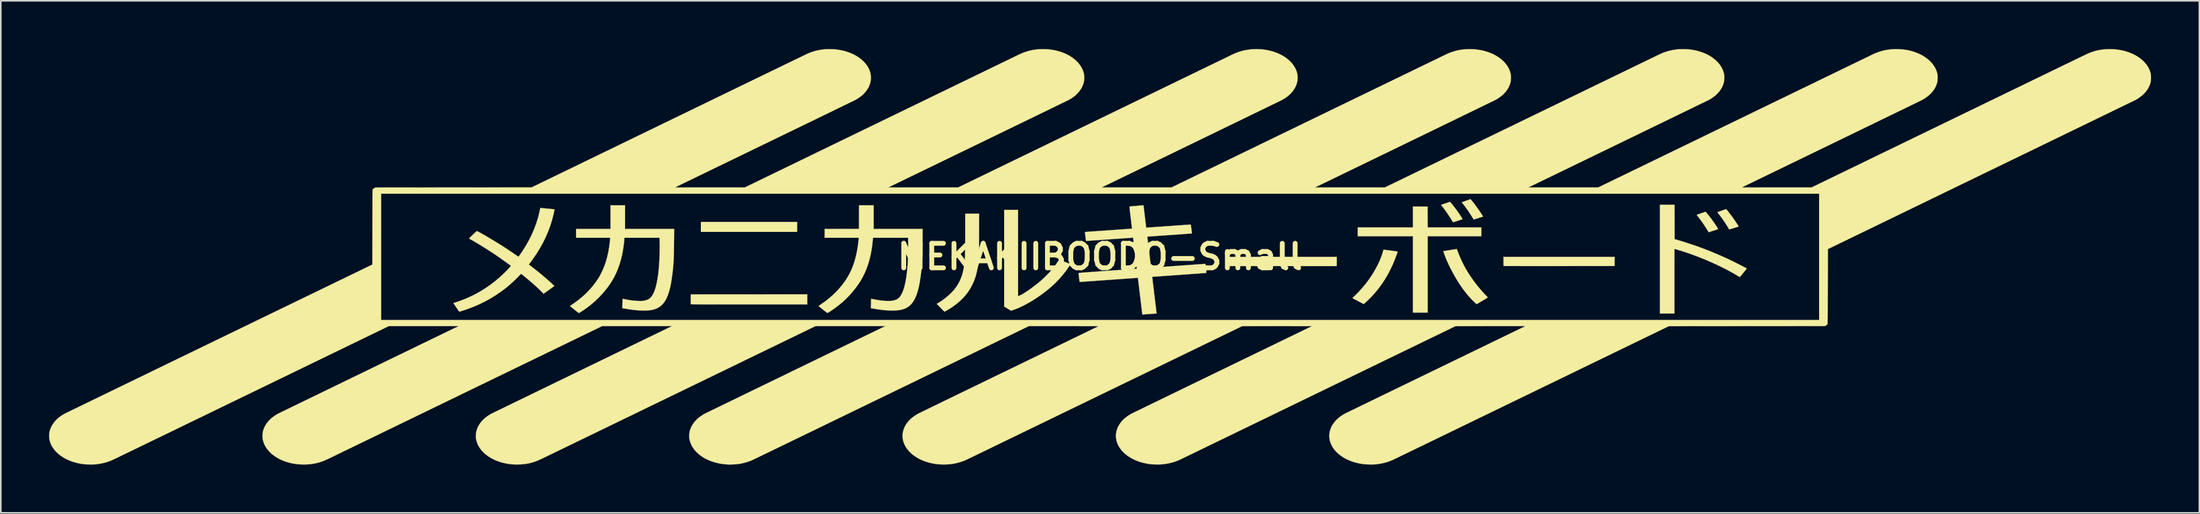
<source format=kicad_pcb>
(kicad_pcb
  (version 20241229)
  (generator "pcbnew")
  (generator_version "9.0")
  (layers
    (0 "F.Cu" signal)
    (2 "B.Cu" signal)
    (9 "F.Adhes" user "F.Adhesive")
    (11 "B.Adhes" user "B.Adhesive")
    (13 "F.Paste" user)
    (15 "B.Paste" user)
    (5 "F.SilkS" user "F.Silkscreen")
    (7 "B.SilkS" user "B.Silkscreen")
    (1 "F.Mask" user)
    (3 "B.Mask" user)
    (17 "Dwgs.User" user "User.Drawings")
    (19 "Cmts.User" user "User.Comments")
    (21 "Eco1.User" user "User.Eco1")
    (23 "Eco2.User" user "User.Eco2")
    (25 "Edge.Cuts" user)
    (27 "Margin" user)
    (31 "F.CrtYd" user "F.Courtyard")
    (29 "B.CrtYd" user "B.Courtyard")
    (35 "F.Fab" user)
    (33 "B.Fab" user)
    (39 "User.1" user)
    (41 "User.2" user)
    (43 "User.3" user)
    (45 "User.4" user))
  (footprint "MEKAKIIBOODO-Small"
    (layer "F.Cu")
    (at 65.277 12.912)
    (property "Reference" "MEKAKIIBOODO-Small" (at 0 0 0) (layer "F.SilkS") (effects (font (size 1.524 1.524) (thickness 0.3))))
    (attr through_hole)
    (fp_poly (pts (xy -18.816 -1.548) (xy -24.79 -1.548) (xy -24.79 -2.164) (xy -18.816 -2.164) (xy -18.816 -1.548)) (stroke (width 0.01) (type solid)) (fill yes) (layer "F.SilkS"))
    (fp_poly (pts (xy 14.704 0.578) (xy 7.815 0.578) (xy 7.815 0.008) (xy 14.704 0.008) (xy 14.704 0.578)) (stroke (width 0.01) (type solid)) (fill yes) (layer "F.SilkS"))
    (fp_poly (pts (xy 20.346 -3.121) (xy 20.349 -2.474) (xy 20.352 -1.826) (xy 23.686 -1.826) (xy 23.686 -1.277) (xy 20.352 -1.277) (xy 20.352 3.471) (xy 19.437 3.471) (xy 19.437 -1.277) (xy 16.008 -1.277) (xy 16.008 -1.826) (xy 19.437 -1.826) (xy 19.437 -3.125) (xy 20.346 -3.121)) (stroke (width 0.01) (type solid)) (fill yes) (layer "F.SilkS"))
    (fp_poly (pts (xy 31.96 0.291) (xy 31.958 0.575) (xy 28.518 0.577) (xy 28.25 0.577) (xy 27.988 0.577) (xy 27.731 0.577) (xy 27.482 0.577) (xy 27.241 0.577) (xy 27.008 0.577) (xy 26.784 0.577) (xy 26.571 0.577) (xy 26.368 0.577) (xy 26.178 0.577) (xy 25.999 0.576) (xy 25.834 0.576) (xy 25.683 0.576) (xy 25.546 0.576) (xy 25.425 0.575) (xy 25.321 0.575) (xy 25.233 0.575) (xy 25.164 0.575) (xy 25.113 0.574) (xy 25.082 0.574) (xy 25.07 0.573) (xy 25.07 0.573) (xy 25.069 0.565) (xy 25.067 0.543) (xy 25.066 0.51) (xy 25.065 0.467) (xy 25.064 0.415) (xy 25.064 0.357) (xy 25.063 0.294) (xy 25.063 0.288) (xy 25.063 0.008) (xy 31.963 0.008) (xy 31.96 0.291)) (stroke (width 0.01) (type solid)) (fill yes) (layer "F.SilkS"))
    (fp_poly (pts (xy -18.185 2.96) (xy -21.798 2.96) (xy -22.137 2.96) (xy -22.455 2.96) (xy -22.753 2.96) (xy -23.032 2.96) (xy -23.292 2.96) (xy -23.534 2.96) (xy -23.758 2.959) (xy -23.966 2.959) (xy -24.156 2.959) (xy -24.331 2.959) (xy -24.49 2.959) (xy -24.635 2.958) (xy -24.765 2.958) (xy -24.881 2.957) (xy -24.984 2.957) (xy -25.075 2.957) (xy -25.153 2.956) (xy -25.221 2.956) (xy -25.277 2.955) (xy -25.323 2.954) (xy -25.359 2.954) (xy -25.385 2.953) (xy -25.404 2.952) (xy -25.414 2.951) (xy -25.416 2.951) (xy -25.417 2.941) (xy -25.418 2.918) (xy -25.419 2.884) (xy -25.419 2.84) (xy -25.419 2.787) (xy -25.419 2.727) (xy -25.419 2.662) (xy -25.419 2.641) (xy -25.416 2.34) (xy -21.8 2.338) (xy -18.185 2.336) (xy -18.185 2.96)) (stroke (width 0.01) (type solid)) (fill yes) (layer "F.SilkS"))
    (fp_poly (pts (xy 21.745 -3.41) (xy 21.753 -3.401) (xy 21.77 -3.381) (xy 21.794 -3.353) (xy 21.824 -3.317) (xy 21.857 -3.276) (xy 21.893 -3.232) (xy 21.929 -3.188) (xy 21.964 -3.144) (xy 21.996 -3.104) (xy 22.023 -3.069) (xy 22.029 -3.061) (xy 22.075 -3.001) (xy 22.123 -2.937) (xy 22.171 -2.869) (xy 22.22 -2.801) (xy 22.268 -2.732) (xy 22.314 -2.665) (xy 22.357 -2.601) (xy 22.397 -2.54) (xy 22.432 -2.485) (xy 22.463 -2.437) (xy 22.486 -2.396) (xy 22.503 -2.365) (xy 22.512 -2.345) (xy 22.512 -2.337) (xy 22.499 -2.332) (xy 22.471 -2.322) (xy 22.433 -2.308) (xy 22.397 -2.297) (xy 22.352 -2.282) (xy 22.293 -2.262) (xy 22.227 -2.241) (xy 22.158 -2.218) (xy 22.112 -2.203) (xy 21.932 -2.143) (xy 21.829 -2.309) (xy 21.756 -2.426) (xy 21.677 -2.545) (xy 21.596 -2.666) (xy 21.514 -2.784) (xy 21.433 -2.899) (xy 21.354 -3.006) (xy 21.28 -3.103) (xy 21.234 -3.16) (xy 21.183 -3.223) (xy 21.422 -3.306) (xy 21.511 -3.337) (xy 21.582 -3.362) (xy 21.639 -3.381) (xy 21.681 -3.394) (xy 21.711 -3.404) (xy 21.731 -3.409) (xy 21.741 -3.41) (xy 21.745 -3.41)) (stroke (width 0.01) (type solid)) (fill yes) (layer "F.SilkS"))
    (fp_poly (pts (xy 23.019 -3.569) (xy 23.038 -3.551) (xy 23.064 -3.521) (xy 23.098 -3.482) (xy 23.138 -3.434) (xy 23.182 -3.378) (xy 23.231 -3.315) (xy 23.277 -3.256) (xy 23.315 -3.205) (xy 23.357 -3.147) (xy 23.401 -3.085) (xy 23.448 -3.02) (xy 23.494 -2.954) (xy 23.541 -2.887) (xy 23.586 -2.821) (xy 23.629 -2.757) (xy 23.669 -2.698) (xy 23.704 -2.644) (xy 23.735 -2.596) (xy 23.76 -2.556) (xy 23.777 -2.526) (xy 23.787 -2.507) (xy 23.789 -2.501) (xy 23.779 -2.496) (xy 23.752 -2.487) (xy 23.712 -2.473) (xy 23.662 -2.457) (xy 23.604 -2.438) (xy 23.541 -2.418) (xy 23.477 -2.398) (xy 23.414 -2.379) (xy 23.355 -2.361) (xy 23.304 -2.346) (xy 23.262 -2.334) (xy 23.234 -2.326) (xy 23.226 -2.324) (xy 23.205 -2.324) (xy 23.195 -2.334) (xy 23.189 -2.345) (xy 23.176 -2.367) (xy 23.157 -2.399) (xy 23.134 -2.437) (xy 23.107 -2.48) (xy 23.1 -2.493) (xy 23.019 -2.622) (xy 22.934 -2.753) (xy 22.845 -2.884) (xy 22.756 -3.011) (xy 22.668 -3.132) (xy 22.583 -3.241) (xy 22.562 -3.268) (xy 22.469 -3.384) (xy 22.733 -3.48) (xy 22.802 -3.505) (xy 22.865 -3.527) (xy 22.919 -3.546) (xy 22.963 -3.561) (xy 22.994 -3.571) (xy 23.008 -3.576) (xy 23.009 -3.576) (xy 23.019 -3.569)) (stroke (width 0.01) (type solid)) (fill yes) (layer "F.SilkS"))
    (fp_poly (pts (xy 37.609 -2.791) (xy 37.619 -2.785) (xy 37.633 -2.774) (xy 37.653 -2.754) (xy 37.679 -2.724) (xy 37.713 -2.683) (xy 37.725 -2.669) (xy 37.862 -2.499) (xy 37.992 -2.328) (xy 38.117 -2.154) (xy 38.161 -2.091) (xy 38.204 -2.029) (xy 38.244 -1.968) (xy 38.282 -1.911) (xy 38.315 -1.858) (xy 38.344 -1.812) (xy 38.367 -1.774) (xy 38.383 -1.744) (xy 38.392 -1.726) (xy 38.392 -1.72) (xy 38.381 -1.716) (xy 38.355 -1.707) (xy 38.314 -1.693) (xy 38.264 -1.676) (xy 38.205 -1.656) (xy 38.142 -1.635) (xy 38.078 -1.614) (xy 38.014 -1.593) (xy 37.954 -1.573) (xy 37.901 -1.555) (xy 37.858 -1.541) (xy 37.827 -1.531) (xy 37.813 -1.527) (xy 37.802 -1.528) (xy 37.8 -1.531) (xy 37.796 -1.541) (xy 37.784 -1.563) (xy 37.765 -1.595) (xy 37.74 -1.636) (xy 37.71 -1.684) (xy 37.677 -1.737) (xy 37.641 -1.793) (xy 37.603 -1.852) (xy 37.565 -1.912) (xy 37.527 -1.969) (xy 37.52 -1.98) (xy 37.469 -2.055) (xy 37.413 -2.136) (xy 37.353 -2.221) (xy 37.292 -2.304) (xy 37.232 -2.385) (xy 37.177 -2.458) (xy 37.127 -2.521) (xy 37.123 -2.526) (xy 37.099 -2.555) (xy 37.08 -2.58) (xy 37.068 -2.597) (xy 37.064 -2.603) (xy 37.073 -2.607) (xy 37.098 -2.617) (xy 37.136 -2.631) (xy 37.185 -2.648) (xy 37.241 -2.668) (xy 37.301 -2.689) (xy 37.363 -2.711) (xy 37.423 -2.732) (xy 37.479 -2.751) (xy 37.528 -2.768) (xy 37.567 -2.781) (xy 37.592 -2.789) (xy 37.6 -2.791) (xy 37.609 -2.791)) (stroke (width 0.01) (type solid)) (fill yes) (layer "F.SilkS"))
    (fp_poly (pts (xy 38.897 -2.953) (xy 38.9 -2.951) (xy 38.911 -2.94) (xy 38.931 -2.917) (xy 38.958 -2.885) (xy 38.991 -2.845) (xy 39.028 -2.798) (xy 39.068 -2.747) (xy 39.11 -2.693) (xy 39.152 -2.639) (xy 39.192 -2.585) (xy 39.211 -2.561) (xy 39.255 -2.501) (xy 39.3 -2.438) (xy 39.347 -2.372) (xy 39.394 -2.305) (xy 39.439 -2.238) (xy 39.483 -2.173) (xy 39.525 -2.111) (xy 39.563 -2.054) (xy 39.596 -2.002) (xy 39.624 -1.958) (xy 39.645 -1.922) (xy 39.659 -1.895) (xy 39.665 -1.881) (xy 39.665 -1.878) (xy 39.653 -1.874) (xy 39.625 -1.864) (xy 39.583 -1.851) (xy 39.532 -1.835) (xy 39.472 -1.817) (xy 39.457 -1.812) (xy 39.39 -1.792) (xy 39.323 -1.772) (xy 39.261 -1.753) (xy 39.209 -1.737) (xy 39.171 -1.725) (xy 39.17 -1.725) (xy 39.132 -1.714) (xy 39.101 -1.706) (xy 39.083 -1.703) (xy 39.08 -1.704) (xy 39.074 -1.712) (xy 39.062 -1.732) (xy 39.045 -1.76) (xy 39.025 -1.795) (xy 39.016 -1.81) (xy 38.944 -1.928) (xy 38.865 -2.051) (xy 38.783 -2.176) (xy 38.698 -2.3) (xy 38.614 -2.419) (xy 38.532 -2.53) (xy 38.454 -2.631) (xy 38.441 -2.647) (xy 38.411 -2.685) (xy 38.385 -2.718) (xy 38.365 -2.745) (xy 38.353 -2.762) (xy 38.349 -2.768) (xy 38.359 -2.772) (xy 38.385 -2.782) (xy 38.426 -2.796) (xy 38.478 -2.815) (xy 38.539 -2.837) (xy 38.606 -2.861) (xy 38.619 -2.866) (xy 38.699 -2.894) (xy 38.762 -2.916) (xy 38.811 -2.933) (xy 38.846 -2.944) (xy 38.871 -2.951) (xy 38.887 -2.953) (xy 38.897 -2.953)) (stroke (width 0.01) (type solid)) (fill yes) (layer "F.SilkS"))
    (fp_poly (pts (xy 35.689 -2.163) (xy 35.691 -1.096) (xy 35.902 -1.034) (xy 36.421 -0.874) (xy 36.93 -0.705) (xy 37.429 -0.525) (xy 37.92 -0.334) (xy 38.406 -0.131) (xy 38.888 0.084) (xy 39.367 0.313) (xy 39.846 0.556) (xy 39.979 0.625) (xy 40.176 0.729) (xy 40.059 0.874) (xy 40.017 0.926) (xy 39.972 0.982) (xy 39.926 1.039) (xy 39.883 1.092) (xy 39.849 1.134) (xy 39.818 1.172) (xy 39.79 1.206) (xy 39.768 1.233) (xy 39.752 1.251) (xy 39.746 1.257) (xy 39.735 1.255) (xy 39.712 1.244) (xy 39.68 1.227) (xy 39.641 1.204) (xy 39.629 1.197) (xy 39.377 1.047) (xy 39.107 0.897) (xy 38.821 0.747) (xy 38.522 0.598) (xy 38.213 0.451) (xy 37.895 0.309) (xy 37.572 0.17) (xy 37.245 0.038) (xy 36.918 -0.087) (xy 36.594 -0.204) (xy 36.273 -0.312) (xy 36.186 -0.34) (xy 36.129 -0.357) (xy 36.067 -0.377) (xy 36 -0.397) (xy 35.933 -0.417) (xy 35.868 -0.436) (xy 35.808 -0.454) (xy 35.757 -0.468) (xy 35.716 -0.48) (xy 35.69 -0.487) (xy 35.681 -0.488) (xy 35.68 -0.481) (xy 35.68 -0.459) (xy 35.68 -0.423) (xy 35.679 -0.375) (xy 35.679 -0.313) (xy 35.678 -0.24) (xy 35.678 -0.155) (xy 35.678 -0.06) (xy 35.677 0.045) (xy 35.677 0.16) (xy 35.677 0.284) (xy 35.677 0.416) (xy 35.676 0.556) (xy 35.676 0.703) (xy 35.676 0.856) (xy 35.676 1.015) (xy 35.676 1.179) (xy 35.676 1.348) (xy 35.676 1.521) (xy 35.676 3.531) (xy 34.782 3.531) (xy 34.782 -3.23) (xy 35.686 -3.23) (xy 35.689 -2.163)) (stroke (width 0.01) (type solid)) (fill yes) (layer "F.SilkS"))
    (fp_poly (pts (xy 17.622 -0.441) (xy 17.65 -0.437) (xy 17.694 -0.432) (xy 17.751 -0.424) (xy 17.818 -0.415) (xy 17.893 -0.405) (xy 17.973 -0.394) (xy 18.055 -0.383) (xy 18.137 -0.372) (xy 18.216 -0.361) (xy 18.289 -0.351) (xy 18.355 -0.342) (xy 18.409 -0.334) (xy 18.451 -0.328) (xy 18.477 -0.324) (xy 18.484 -0.322) (xy 18.483 -0.314) (xy 18.478 -0.294) (xy 18.469 -0.263) (xy 18.456 -0.225) (xy 18.442 -0.181) (xy 18.437 -0.169) (xy 18.314 0.167) (xy 18.179 0.492) (xy 18.03 0.806) (xy 17.869 1.11) (xy 17.697 1.403) (xy 17.512 1.684) (xy 17.315 1.954) (xy 17.106 2.212) (xy 16.886 2.458) (xy 16.655 2.691) (xy 16.484 2.849) (xy 16.449 2.88) (xy 16.419 2.906) (xy 16.395 2.925) (xy 16.381 2.936) (xy 16.378 2.937) (xy 16.368 2.933) (xy 16.343 2.921) (xy 16.305 2.901) (xy 16.256 2.876) (xy 16.197 2.845) (xy 16.13 2.81) (xy 16.057 2.772) (xy 16.029 2.757) (xy 15.955 2.717) (xy 15.886 2.681) (xy 15.824 2.648) (xy 15.771 2.62) (xy 15.729 2.598) (xy 15.7 2.582) (xy 15.685 2.574) (xy 15.683 2.573) (xy 15.688 2.566) (xy 15.703 2.55) (xy 15.727 2.525) (xy 15.758 2.495) (xy 15.785 2.469) (xy 16.046 2.208) (xy 16.29 1.94) (xy 16.518 1.663) (xy 16.729 1.378) (xy 16.925 1.083) (xy 17.091 0.803) (xy 17.204 0.595) (xy 17.304 0.396) (xy 17.391 0.203) (xy 17.466 0.015) (xy 17.53 -0.172) (xy 17.57 -0.305) (xy 17.583 -0.348) (xy 17.593 -0.386) (xy 17.602 -0.415) (xy 17.608 -0.435) (xy 17.611 -0.441) (xy 17.622 -0.441)) (stroke (width 0.01) (type solid)) (fill yes) (layer "F.SilkS"))
    (fp_poly (pts (xy -5.091 2.456) (xy -5.035 2.433) (xy -4.946 2.392) (xy -4.846 2.339) (xy -4.736 2.275) (xy -4.616 2.2) (xy -4.487 2.114) (xy -4.35 2.018) (xy -4.206 1.913) (xy -4.055 1.799) (xy -4.003 1.758) (xy -3.899 1.676) (xy -3.806 1.601) (xy -3.722 1.531) (xy -3.642 1.462) (xy -3.564 1.393) (xy -3.484 1.319) (xy -3.452 1.288) (xy -3.276 1.115) (xy -3.108 0.934) (xy -2.949 0.749) (xy -2.802 0.563) (xy -2.67 0.38) (xy -2.614 0.295) (xy -2.541 0.181) (xy -2.493 0.2) (xy -2.472 0.208) (xy -2.435 0.223) (xy -2.386 0.242) (xy -2.325 0.266) (xy -2.257 0.293) (xy -2.184 0.322) (xy -2.147 0.336) (xy -2.075 0.365) (xy -2.008 0.391) (xy -1.95 0.415) (xy -1.903 0.435) (xy -1.868 0.45) (xy -1.848 0.459) (xy -1.844 0.462) (xy -1.847 0.471) (xy -1.858 0.492) (xy -1.876 0.522) (xy -1.899 0.559) (xy -1.926 0.601) (xy -1.939 0.622) (xy -2.13 0.895) (xy -2.338 1.158) (xy -2.563 1.413) (xy -2.804 1.659) (xy -3.063 1.897) (xy -3.339 2.125) (xy -3.497 2.246) (xy -3.718 2.407) (xy -3.94 2.559) (xy -4.161 2.701) (xy -4.38 2.833) (xy -4.595 2.953) (xy -4.806 3.062) (xy -5.01 3.159) (xy -5.138 3.213) (xy -5.178 3.229) (xy -5.227 3.248) (xy -5.281 3.268) (xy -5.337 3.288) (xy -5.391 3.308) (xy -5.441 3.325) (xy -5.481 3.338) (xy -5.51 3.347) (xy -5.524 3.35) (xy -5.535 3.345) (xy -5.56 3.332) (xy -5.597 3.311) (xy -5.642 3.285) (xy -5.694 3.253) (xy -5.745 3.222) (xy -5.953 3.094) (xy -5.953 -2.915) (xy -5.091 -2.915) (xy -5.091 2.456)) (stroke (width 0.01) (type solid)) (fill yes) (layer "F.SilkS"))
    (fp_poly (pts (xy 22.161 -0.475) (xy 22.166 -0.466) (xy 22.175 -0.445) (xy 22.187 -0.415) (xy 22.201 -0.378) (xy 22.212 -0.346) (xy 22.279 -0.171) (xy 22.354 0.01) (xy 22.436 0.195) (xy 22.523 0.378) (xy 22.614 0.556) (xy 22.705 0.724) (xy 22.745 0.793) (xy 22.89 1.033) (xy 23.048 1.272) (xy 23.215 1.509) (xy 23.39 1.741) (xy 23.572 1.965) (xy 23.759 2.181) (xy 23.948 2.384) (xy 24.012 2.449) (xy 24.04 2.479) (xy 24.064 2.504) (xy 24.079 2.522) (xy 24.085 2.53) (xy 24.085 2.53) (xy 24.078 2.536) (xy 24.056 2.55) (xy 24.021 2.572) (xy 23.977 2.599) (xy 23.925 2.631) (xy 23.866 2.666) (xy 23.804 2.704) (xy 23.739 2.743) (xy 23.675 2.781) (xy 23.613 2.818) (xy 23.555 2.852) (xy 23.503 2.883) (xy 23.459 2.908) (xy 23.425 2.927) (xy 23.404 2.939) (xy 23.397 2.942) (xy 23.382 2.939) (xy 23.369 2.931) (xy 23.358 2.92) (xy 23.337 2.9) (xy 23.308 2.872) (xy 23.273 2.84) (xy 23.248 2.816) (xy 23.075 2.644) (xy 22.903 2.456) (xy 22.735 2.254) (xy 22.569 2.037) (xy 22.405 1.805) (xy 22.244 1.558) (xy 22.134 1.379) (xy 21.998 1.145) (xy 21.871 0.912) (xy 21.752 0.683) (xy 21.643 0.459) (xy 21.545 0.241) (xy 21.458 0.031) (xy 21.383 -0.169) (xy 21.378 -0.184) (xy 21.363 -0.228) (xy 21.349 -0.267) (xy 21.339 -0.3) (xy 21.331 -0.323) (xy 21.328 -0.334) (xy 21.329 -0.342) (xy 21.34 -0.349) (xy 21.366 -0.354) (xy 21.388 -0.358) (xy 21.413 -0.362) (xy 21.456 -0.369) (xy 21.513 -0.378) (xy 21.583 -0.389) (xy 21.661 -0.401) (xy 21.745 -0.415) (xy 21.802 -0.424) (xy 21.885 -0.437) (xy 21.962 -0.449) (xy 22.029 -0.459) (xy 22.085 -0.467) (xy 22.127 -0.473) (xy 22.153 -0.475) (xy 22.161 -0.475)) (stroke (width 0.01) (type solid)) (fill yes) (layer "F.SilkS"))
    (fp_poly (pts (xy -7.513 -1.426) (xy -7.513 -1.26) (xy -7.514 -1.109) (xy -7.514 -0.971) (xy -7.515 -0.846) (xy -7.516 -0.731) (xy -7.516 -0.628) (xy -7.517 -0.534) (xy -7.518 -0.449) (xy -7.52 -0.372) (xy -7.521 -0.302) (xy -7.522 -0.238) (xy -7.524 -0.18) (xy -7.526 -0.126) (xy -7.529 -0.075) (xy -7.531 -0.027) (xy -7.534 0.019) (xy -7.537 0.065) (xy -7.541 0.11) (xy -7.545 0.157) (xy -7.549 0.205) (xy -7.554 0.256) (xy -7.557 0.289) (xy -7.577 0.47) (xy -7.599 0.638) (xy -7.625 0.795) (xy -7.655 0.943) (xy -7.689 1.084) (xy -7.727 1.22) (xy -7.771 1.352) (xy -7.82 1.484) (xy -7.841 1.536) (xy -7.943 1.759) (xy -8.058 1.971) (xy -8.187 2.173) (xy -8.332 2.365) (xy -8.492 2.548) (xy -8.668 2.723) (xy -8.86 2.889) (xy -9.07 3.049) (xy -9.136 3.095) (xy -9.188 3.131) (xy -9.246 3.169) (xy -9.308 3.208) (xy -9.37 3.247) (xy -9.432 3.285) (xy -9.491 3.32) (xy -9.545 3.351) (xy -9.591 3.377) (xy -9.628 3.396) (xy -9.653 3.408) (xy -9.662 3.411) (xy -9.67 3.405) (xy -9.689 3.388) (xy -9.716 3.361) (xy -9.752 3.326) (xy -9.794 3.283) (xy -9.841 3.235) (xy -9.892 3.183) (xy -9.906 3.169) (xy -10.141 2.927) (xy -10.101 2.904) (xy -9.923 2.796) (xy -9.746 2.675) (xy -9.571 2.54) (xy -9.4 2.395) (xy -9.308 2.31) (xy -9.162 2.164) (xy -9.031 2.012) (xy -8.913 1.853) (xy -8.808 1.687) (xy -8.716 1.513) (xy -8.636 1.329) (xy -8.567 1.136) (xy -8.511 0.932) (xy -8.465 0.717) (xy -8.431 0.489) (xy -8.43 0.488) (xy -8.423 0.431) (xy -8.417 0.376) (xy -8.411 0.321) (xy -8.406 0.267) (xy -8.401 0.212) (xy -8.396 0.155) (xy -8.392 0.096) (xy -8.389 0.034) (xy -8.386 -0.032) (xy -8.383 -0.104) (xy -8.381 -0.18) (xy -8.379 -0.264) (xy -8.377 -0.355) (xy -8.376 -0.454) (xy -8.375 -0.562) (xy -8.374 -0.68) (xy -8.373 -0.809) (xy -8.373 -0.95) (xy -8.372 -1.102) (xy -8.372 -1.269) (xy -8.372 -1.449) (xy -8.372 -1.463) (xy -8.372 -2.674) (xy -7.508 -2.674) (xy -7.513 -1.426)) (stroke (width 0.01) (type solid)) (fill yes) (layer "F.SilkS"))
    (fp_poly (pts (xy -14.062 -1.728) (xy -11.02 -1.728) (xy -11.026 -0.855) (xy -11.027 -0.693) (xy -11.028 -0.546) (xy -11.03 -0.411) (xy -11.031 -0.287) (xy -11.033 -0.174) (xy -11.035 -0.07) (xy -11.038 0.027) (xy -11.041 0.117) (xy -11.045 0.201) (xy -11.049 0.282) (xy -11.053 0.359) (xy -11.058 0.435) (xy -11.064 0.51) (xy -11.071 0.585) (xy -11.079 0.663) (xy -11.087 0.743) (xy -11.096 0.828) (xy -11.106 0.918) (xy -11.107 0.924) (xy -11.131 1.122) (xy -11.156 1.306) (xy -11.182 1.478) (xy -11.209 1.637) (xy -11.237 1.785) (xy -11.268 1.923) (xy -11.3 2.052) (xy -11.334 2.173) (xy -11.371 2.288) (xy -11.41 2.396) (xy -11.452 2.499) (xy -11.47 2.539) (xy -11.531 2.664) (xy -11.597 2.776) (xy -11.667 2.875) (xy -11.742 2.962) (xy -11.825 3.04) (xy -11.901 3.099) (xy -11.997 3.161) (xy -12.1 3.213) (xy -12.209 3.256) (xy -12.328 3.289) (xy -12.458 3.314) (xy -12.601 3.331) (xy -12.76 3.341) (xy -12.906 3.343) (xy -13.036 3.341) (xy -13.165 3.337) (xy -13.297 3.328) (xy -13.434 3.316) (xy -13.579 3.299) (xy -13.734 3.278) (xy -13.903 3.253) (xy -14.088 3.222) (xy -14.155 3.211) (xy -14.233 3.197) (xy -14.225 2.908) (xy -14.223 2.843) (xy -14.222 2.784) (xy -14.22 2.73) (xy -14.218 2.685) (xy -14.216 2.65) (xy -14.215 2.626) (xy -14.214 2.615) (xy -14.214 2.615) (xy -14.202 2.616) (xy -14.176 2.62) (xy -14.137 2.628) (xy -14.102 2.635) (xy -13.879 2.679) (xy -13.663 2.712) (xy -13.455 2.735) (xy -13.258 2.747) (xy -13.081 2.748) (xy -13.018 2.746) (xy -12.97 2.744) (xy -12.931 2.74) (xy -12.894 2.734) (xy -12.855 2.726) (xy -12.831 2.72) (xy -12.738 2.695) (xy -12.662 2.667) (xy -12.598 2.636) (xy -12.544 2.599) (xy -12.478 2.541) (xy -12.416 2.468) (xy -12.358 2.382) (xy -12.304 2.281) (xy -12.253 2.167) (xy -12.205 2.039) (xy -12.161 1.897) (xy -12.121 1.74) (xy -12.084 1.569) (xy -12.05 1.384) (xy -12.02 1.184) (xy -11.994 0.969) (xy -11.97 0.74) (xy -11.954 0.537) (xy -11.946 0.437) (xy -11.94 0.339) (xy -11.934 0.242) (xy -11.93 0.144) (xy -11.926 0.044) (xy -11.922 -0.06) (xy -11.92 -0.169) (xy -11.918 -0.285) (xy -11.916 -0.409) (xy -11.916 -0.543) (xy -11.915 -0.689) (xy -11.915 -0.847) (xy -11.916 -0.937) (xy -11.916 -1.179) (xy -14.102 -1.179) (xy -14.109 -1.106) (xy -14.119 -1.001) (xy -14.129 -0.902) (xy -14.139 -0.81) (xy -14.148 -0.729) (xy -14.156 -0.659) (xy -14.163 -0.612) (xy -14.212 -0.307) (xy -14.272 -0.014) (xy -14.344 0.267) (xy -14.428 0.537) (xy -14.523 0.795) (xy -14.63 1.043) (xy -14.749 1.28) (xy -14.88 1.508) (xy -15.021 1.723) (xy -15.203 1.971) (xy -15.392 2.205) (xy -15.59 2.428) (xy -15.798 2.638) (xy -16.015 2.837) (xy -16.244 3.026) (xy -16.484 3.206) (xy -16.53 3.238) (xy -16.586 3.277) (xy -16.646 3.318) (xy -16.706 3.357) (xy -16.763 3.395) (xy -16.816 3.429) (xy -16.863 3.458) (xy -16.899 3.479) (xy -16.924 3.493) (xy -16.928 3.495) (xy -16.937 3.491) (xy -16.959 3.476) (xy -16.991 3.453) (xy -17.033 3.422) (xy -17.082 3.384) (xy -17.137 3.341) (xy -17.197 3.294) (xy -17.21 3.283) (xy -17.271 3.235) (xy -17.326 3.19) (xy -17.375 3.15) (xy -17.416 3.115) (xy -17.448 3.088) (xy -17.47 3.07) (xy -17.479 3.061) (xy -17.479 3.06) (xy -17.471 3.053) (xy -17.449 3.038) (xy -17.417 3.015) (xy -17.377 2.988) (xy -17.33 2.956) (xy -17.313 2.944) (xy -17.06 2.765) (xy -16.819 2.574) (xy -16.59 2.373) (xy -16.374 2.162) (xy -16.173 1.943) (xy -15.988 1.717) (xy -15.819 1.485) (xy -15.669 1.249) (xy -15.562 1.058) (xy -15.455 0.836) (xy -15.358 0.601) (xy -15.271 0.354) (xy -15.195 0.094) (xy -15.129 -0.179) (xy -15.074 -0.463) (xy -15.029 -0.759) (xy -14.995 -1.066) (xy -14.992 -1.099) (xy -14.985 -1.179) (xy -17.102 -1.179) (xy -17.102 -1.728) (xy -14.972 -1.732) (xy -14.966 -3.2) (xy -14.062 -3.2) (xy -14.062 -1.728)) (stroke (width 0.01) (type solid)) (fill yes) (layer "F.SilkS"))
    (fp_poly (pts (xy -29.502 -1.728) (xy -26.451 -1.728) (xy -26.457 -1.065) (xy -26.459 -0.885) (xy -26.461 -0.72) (xy -26.463 -0.567) (xy -26.465 -0.426) (xy -26.468 -0.296) (xy -26.47 -0.175) (xy -26.474 -0.063) (xy -26.477 0.042) (xy -26.481 0.14) (xy -26.486 0.233) (xy -26.491 0.322) (xy -26.496 0.408) (xy -26.502 0.492) (xy -26.509 0.576) (xy -26.517 0.659) (xy -26.526 0.744) (xy -26.535 0.831) (xy -26.542 0.894) (xy -26.566 1.096) (xy -26.591 1.284) (xy -26.617 1.459) (xy -26.644 1.622) (xy -26.673 1.774) (xy -26.704 1.916) (xy -26.737 2.049) (xy -26.772 2.173) (xy -26.81 2.291) (xy -26.85 2.402) (xy -26.889 2.499) (xy -26.955 2.64) (xy -27.029 2.768) (xy -27.111 2.881) (xy -27.201 2.982) (xy -27.299 3.069) (xy -27.406 3.143) (xy -27.521 3.205) (xy -27.646 3.255) (xy -27.78 3.292) (xy -27.784 3.293) (xy -27.854 3.308) (xy -27.922 3.319) (xy -27.993 3.328) (xy -28.07 3.334) (xy -28.158 3.338) (xy -28.262 3.341) (xy -28.281 3.341) (xy -28.402 3.342) (xy -28.519 3.34) (xy -28.636 3.335) (xy -28.754 3.327) (xy -28.878 3.316) (xy -29.009 3.301) (xy -29.152 3.281) (xy -29.308 3.258) (xy -29.481 3.229) (xy -29.484 3.229) (xy -29.671 3.197) (xy -29.664 2.908) (xy -29.662 2.843) (xy -29.661 2.784) (xy -29.659 2.731) (xy -29.657 2.686) (xy -29.656 2.65) (xy -29.655 2.627) (xy -29.654 2.616) (xy -29.653 2.615) (xy -29.643 2.616) (xy -29.615 2.621) (xy -29.575 2.629) (xy -29.524 2.639) (xy -29.483 2.647) (xy -29.315 2.679) (xy -29.16 2.705) (xy -29.013 2.724) (xy -28.87 2.737) (xy -28.726 2.745) (xy -28.655 2.747) (xy -28.562 2.749) (xy -28.485 2.748) (xy -28.42 2.745) (xy -28.363 2.739) (xy -28.308 2.73) (xy -28.256 2.718) (xy -28.158 2.69) (xy -28.074 2.655) (xy -28.001 2.613) (xy -27.936 2.56) (xy -27.877 2.496) (xy -27.824 2.424) (xy -27.769 2.333) (xy -27.718 2.229) (xy -27.671 2.114) (xy -27.626 1.986) (xy -27.585 1.845) (xy -27.548 1.691) (xy -27.513 1.524) (xy -27.482 1.344) (xy -27.453 1.149) (xy -27.428 0.941) (xy -27.406 0.718) (xy -27.387 0.481) (xy -27.378 0.353) (xy -27.373 0.269) (xy -27.368 0.173) (xy -27.364 0.068) (xy -27.36 -0.044) (xy -27.357 -0.16) (xy -27.354 -0.278) (xy -27.352 -0.396) (xy -27.35 -0.511) (xy -27.349 -0.62) (xy -27.349 -0.722) (xy -27.35 -0.814) (xy -27.351 -0.892) (xy -27.359 -1.179) (xy -29.542 -1.179) (xy -29.549 -1.087) (xy -29.581 -0.758) (xy -29.626 -0.44) (xy -29.684 -0.132) (xy -29.755 0.165) (xy -29.839 0.451) (xy -29.935 0.725) (xy -30.044 0.988) (xy -30.165 1.24) (xy -30.299 1.48) (xy -30.415 1.662) (xy -30.561 1.869) (xy -30.72 2.073) (xy -30.889 2.273) (xy -31.069 2.468) (xy -31.256 2.655) (xy -31.45 2.833) (xy -31.649 3.001) (xy -31.851 3.157) (xy -32.049 3.296) (xy -32.094 3.326) (xy -32.142 3.357) (xy -32.192 3.389) (xy -32.241 3.42) (xy -32.285 3.448) (xy -32.324 3.471) (xy -32.353 3.489) (xy -32.371 3.499) (xy -32.375 3.5) (xy -32.383 3.495) (xy -32.403 3.479) (xy -32.433 3.455) (xy -32.474 3.423) (xy -32.522 3.385) (xy -32.576 3.342) (xy -32.635 3.295) (xy -32.641 3.29) (xy -32.701 3.242) (xy -32.756 3.198) (xy -32.806 3.158) (xy -32.848 3.124) (xy -32.881 3.097) (xy -32.903 3.079) (xy -32.913 3.07) (xy -32.914 3.07) (xy -32.912 3.061) (xy -32.897 3.045) (xy -32.865 3.022) (xy -32.856 3.016) (xy -32.587 2.829) (xy -32.338 2.64) (xy -32.107 2.446) (xy -31.893 2.246) (xy -31.695 2.039) (xy -31.51 1.824) (xy -31.338 1.599) (xy -31.254 1.48) (xy -31.18 1.369) (xy -31.115 1.263) (xy -31.055 1.159) (xy -30.998 1.051) (xy -30.94 0.934) (xy -30.927 0.905) (xy -30.838 0.705) (xy -30.759 0.5) (xy -30.688 0.288) (xy -30.625 0.069) (xy -30.57 -0.16) (xy -30.522 -0.4) (xy -30.481 -0.652) (xy -30.47 -0.732) (xy -30.464 -0.773) (xy -30.459 -0.822) (xy -30.453 -0.874) (xy -30.447 -0.929) (xy -30.441 -0.983) (xy -30.436 -1.034) (xy -30.432 -1.079) (xy -30.429 -1.115) (xy -30.428 -1.14) (xy -30.427 -1.148) (xy -30.427 -1.179) (xy -32.541 -1.179) (xy -32.541 -1.728) (xy -30.406 -1.728) (xy -30.406 -3.2) (xy -29.502 -3.2) (xy -29.502 -1.728)) (stroke (width 0.01) (type solid)) (fill yes) (layer "F.SilkS"))
    (fp_poly (pts (xy -34.741 -3.032) (xy -34.724 -3.03) (xy -34.69 -3.027) (xy -34.639 -3.022) (xy -34.575 -3.015) (xy -34.499 -3.008) (xy -34.415 -3) (xy -34.325 -2.992) (xy -34.303 -2.99) (xy -34.213 -2.981) (xy -34.129 -2.973) (xy -34.054 -2.965) (xy -33.991 -2.959) (xy -33.94 -2.954) (xy -33.906 -2.95) (xy -33.889 -2.948) (xy -33.888 -2.948) (xy -33.887 -2.938) (xy -33.889 -2.916) (xy -33.895 -2.88) (xy -33.904 -2.834) (xy -33.915 -2.777) (xy -33.929 -2.712) (xy -33.946 -2.638) (xy -33.952 -2.611) (xy -34.046 -2.25) (xy -34.159 -1.896) (xy -34.29 -1.546) (xy -34.44 -1.2) (xy -34.609 -0.857) (xy -34.799 -0.517) (xy -35.008 -0.179) (xy -35.238 0.157) (xy -35.383 0.355) (xy -35.478 0.481) (xy -35.448 0.506) (xy -35.432 0.518) (xy -35.405 0.54) (xy -35.368 0.569) (xy -35.324 0.603) (xy -35.275 0.641) (xy -35.244 0.666) (xy -34.978 0.874) (xy -34.728 1.076) (xy -34.49 1.276) (xy -34.262 1.475) (xy -34.042 1.676) (xy -34 1.715) (xy -33.965 1.748) (xy -33.936 1.777) (xy -33.914 1.799) (xy -33.902 1.814) (xy -33.9 1.818) (xy -33.908 1.824) (xy -33.929 1.84) (xy -33.961 1.864) (xy -34.002 1.895) (xy -34.051 1.93) (xy -34.105 1.97) (xy -34.163 2.012) (xy -34.223 2.056) (xy -34.284 2.1) (xy -34.343 2.142) (xy -34.398 2.182) (xy -34.449 2.218) (xy -34.492 2.249) (xy -34.527 2.274) (xy -34.552 2.29) (xy -34.564 2.298) (xy -34.564 2.298) (xy -34.572 2.291) (xy -34.587 2.274) (xy -34.608 2.252) (xy -34.614 2.246) (xy -34.683 2.174) (xy -34.765 2.092) (xy -34.858 2.003) (xy -34.96 1.907) (xy -35.07 1.806) (xy -35.186 1.702) (xy -35.306 1.597) (xy -35.429 1.492) (xy -35.469 1.457) (xy -35.528 1.408) (xy -35.589 1.357) (xy -35.65 1.307) (xy -35.71 1.258) (xy -35.767 1.211) (xy -35.819 1.169) (xy -35.866 1.131) (xy -35.905 1.1) (xy -35.934 1.077) (xy -35.953 1.063) (xy -35.96 1.059) (xy -35.968 1.065) (xy -35.985 1.081) (xy -36.009 1.106) (xy -36.038 1.136) (xy -36.049 1.148) (xy -36.185 1.289) (xy -36.333 1.435) (xy -36.489 1.581) (xy -36.649 1.724) (xy -36.808 1.86) (xy -36.927 1.957) (xy -36.978 1.996) (xy -37.041 2.043) (xy -37.113 2.096) (xy -37.19 2.152) (xy -37.27 2.209) (xy -37.349 2.265) (xy -37.424 2.316) (xy -37.491 2.362) (xy -37.543 2.396) (xy -37.849 2.585) (xy -38.166 2.761) (xy -38.494 2.924) (xy -38.831 3.074) (xy -39.178 3.21) (xy -39.183 3.212) (xy -39.246 3.235) (xy -39.316 3.259) (xy -39.39 3.285) (xy -39.466 3.31) (xy -39.541 3.335) (xy -39.61 3.357) (xy -39.672 3.377) (xy -39.724 3.392) (xy -39.762 3.403) (xy -39.781 3.407) (xy -39.794 3.409) (xy -39.805 3.406) (xy -39.816 3.397) (xy -39.83 3.379) (xy -39.85 3.35) (xy -39.85 3.35) (xy -39.868 3.322) (xy -39.893 3.284) (xy -39.923 3.24) (xy -39.954 3.194) (xy -39.977 3.159) (xy -40.009 3.112) (xy -40.042 3.063) (xy -40.073 3.017) (xy -40.1 2.977) (xy -40.114 2.956) (xy -40.164 2.88) (xy -40.026 2.836) (xy -39.697 2.723) (xy -39.376 2.596) (xy -39.062 2.455) (xy -38.755 2.301) (xy -38.456 2.132) (xy -38.165 1.95) (xy -37.882 1.755) (xy -37.607 1.545) (xy -37.34 1.323) (xy -37.082 1.087) (xy -36.98 0.988) (xy -36.943 0.951) (xy -36.901 0.908) (xy -36.856 0.862) (xy -36.811 0.813) (xy -36.766 0.765) (xy -36.723 0.719) (xy -36.683 0.675) (xy -36.648 0.637) (xy -36.621 0.605) (xy -36.601 0.582) (xy -36.592 0.569) (xy -36.591 0.567) (xy -36.598 0.559) (xy -36.619 0.543) (xy -36.652 0.517) (xy -36.696 0.484) (xy -36.749 0.445) (xy -36.811 0.4) (xy -36.879 0.351) (xy -36.952 0.299) (xy -37.028 0.244) (xy -37.107 0.187) (xy -37.187 0.131) (xy -37.267 0.075) (xy -37.344 0.02) (xy -37.418 -0.031) (xy -37.488 -0.079) (xy -37.551 -0.123) (xy -37.606 -0.16) (xy -37.637 -0.181) (xy -37.932 -0.374) (xy -38.22 -0.556) (xy -38.503 -0.731) (xy -38.787 -0.9) (xy -39.015 -1.033) (xy -39.066 -1.062) (xy -39.112 -1.088) (xy -39.15 -1.11) (xy -39.177 -1.125) (xy -39.19 -1.133) (xy -39.192 -1.134) (xy -39.187 -1.141) (xy -39.171 -1.158) (xy -39.146 -1.184) (xy -39.113 -1.217) (xy -39.074 -1.255) (xy -39.031 -1.298) (xy -38.984 -1.343) (xy -38.937 -1.388) (xy -38.89 -1.433) (xy -38.845 -1.476) (xy -38.804 -1.514) (xy -38.768 -1.547) (xy -38.74 -1.573) (xy -38.72 -1.589) (xy -38.711 -1.596) (xy -38.7 -1.595) (xy -38.676 -1.585) (xy -38.64 -1.568) (xy -38.589 -1.541) (xy -38.524 -1.506) (xy -38.52 -1.503) (xy -38.157 -1.297) (xy -37.794 -1.083) (xy -37.434 -0.864) (xy -37.082 -0.642) (xy -36.741 -0.42) (xy -36.416 -0.199) (xy -36.325 -0.136) (xy -36.272 -0.099) (xy -36.225 -0.066) (xy -36.184 -0.039) (xy -36.152 -0.018) (xy -36.131 -0.005) (xy -36.124 -0.001) (xy -36.116 -0.01) (xy -36.1 -0.031) (xy -36.077 -0.062) (xy -36.05 -0.1) (xy -36.019 -0.143) (xy -35.986 -0.19) (xy -35.953 -0.238) (xy -35.92 -0.285) (xy -35.89 -0.33) (xy -35.863 -0.37) (xy -35.849 -0.391) (xy -35.641 -0.723) (xy -35.454 -1.06) (xy -35.286 -1.401) (xy -35.138 -1.744) (xy -35.011 -2.09) (xy -34.903 -2.439) (xy -34.817 -2.788) (xy -34.786 -2.94) (xy -34.768 -3.036) (xy -34.741 -3.032)) (stroke (width 0.01) (type solid)) (fill yes) (layer "F.SilkS"))
    (fp_poly (pts (xy 2.699 -3.198) (xy 2.7 -3.19) (xy 2.703 -3.169) (xy 2.708 -3.135) (xy 2.713 -3.088) (xy 2.72 -3.031) (xy 2.728 -2.965) (xy 2.738 -2.889) (xy 2.748 -2.806) (xy 2.758 -2.716) (xy 2.77 -2.621) (xy 2.781 -2.521) (xy 2.784 -2.503) (xy 2.865 -1.811) (xy 2.903 -1.811) (xy 2.917 -1.812) (xy 2.952 -1.814) (xy 3.005 -1.817) (xy 3.075 -1.822) (xy 3.161 -1.828) (xy 3.261 -1.835) (xy 3.375 -1.843) (xy 3.5 -1.852) (xy 3.637 -1.861) (xy 3.782 -1.871) (xy 3.936 -1.882) (xy 4.096 -1.894) (xy 4.263 -1.906) (xy 4.286 -1.907) (xy 4.452 -1.919) (xy 4.612 -1.931) (xy 4.765 -1.941) (xy 4.91 -1.952) (xy 5.045 -1.961) (xy 5.17 -1.97) (xy 5.282 -1.978) (xy 5.381 -1.985) (xy 5.466 -1.991) (xy 5.535 -1.996) (xy 5.586 -1.999) (xy 5.62 -2.002) (xy 5.634 -2.002) (xy 5.634 -2.002) (xy 5.637 -1.995) (xy 5.64 -1.974) (xy 5.645 -1.942) (xy 5.651 -1.902) (xy 5.658 -1.854) (xy 5.665 -1.802) (xy 5.673 -1.747) (xy 5.68 -1.692) (xy 5.687 -1.637) (xy 5.693 -1.586) (xy 5.698 -1.54) (xy 5.703 -1.502) (xy 5.706 -1.473) (xy 5.707 -1.456) (xy 5.706 -1.452) (xy 5.703 -1.451) (xy 5.695 -1.45) (xy 5.681 -1.448) (xy 5.66 -1.446) (xy 5.632 -1.444) (xy 5.596 -1.441) (xy 5.55 -1.437) (xy 5.494 -1.433) (xy 5.427 -1.428) (xy 5.349 -1.422) (xy 5.257 -1.416) (xy 5.152 -1.408) (xy 5.033 -1.399) (xy 4.898 -1.39) (xy 4.748 -1.379) (xy 4.58 -1.367) (xy 4.394 -1.354) (xy 4.19 -1.34) (xy 3.966 -1.324) (xy 3.828 -1.315) (xy 3.694 -1.305) (xy 3.566 -1.296) (xy 3.445 -1.287) (xy 3.333 -1.28) (xy 3.232 -1.272) (xy 3.144 -1.266) (xy 3.069 -1.261) (xy 3.009 -1.256) (xy 2.967 -1.253) (xy 2.942 -1.251) (xy 2.937 -1.251) (xy 2.937 -1.243) (xy 2.94 -1.222) (xy 2.943 -1.188) (xy 2.949 -1.142) (xy 2.955 -1.085) (xy 2.963 -1.019) (xy 2.972 -0.944) (xy 2.982 -0.862) (xy 2.992 -0.774) (xy 3.004 -0.68) (xy 3.015 -0.582) (xy 3.028 -0.481) (xy 3.04 -0.378) (xy 3.053 -0.274) (xy 3.065 -0.17) (xy 3.078 -0.067) (xy 3.09 0.033) (xy 3.102 0.13) (xy 3.113 0.223) (xy 3.124 0.31) (xy 3.134 0.391) (xy 3.143 0.464) (xy 3.151 0.528) (xy 3.158 0.583) (xy 3.163 0.627) (xy 3.168 0.658) (xy 3.17 0.677) (xy 3.171 0.682) (xy 3.181 0.681) (xy 3.211 0.679) (xy 3.258 0.676) (xy 3.32 0.672) (xy 3.396 0.667) (xy 3.484 0.661) (xy 3.581 0.654) (xy 3.687 0.646) (xy 3.792 0.639) (xy 3.938 0.628) (xy 4.103 0.616) (xy 4.285 0.603) (xy 4.483 0.589) (xy 4.696 0.573) (xy 4.921 0.557) (xy 5.156 0.54) (xy 5.401 0.523) (xy 5.653 0.504) (xy 5.91 0.486) (xy 6.172 0.467) (xy 6.308 0.457) (xy 6.375 0.453) (xy 6.434 0.449) (xy 6.483 0.447) (xy 6.518 0.446) (xy 6.537 0.446) (xy 6.539 0.446) (xy 6.541 0.455) (xy 6.545 0.476) (xy 6.549 0.508) (xy 6.554 0.549) (xy 6.56 0.596) (xy 6.566 0.649) (xy 6.572 0.704) (xy 6.578 0.761) (xy 6.584 0.816) (xy 6.589 0.867) (xy 6.593 0.914) (xy 6.597 0.952) (xy 6.599 0.982) (xy 6.6 1) (xy 6.599 1.005) (xy 6.589 1.006) (xy 6.558 1.009) (xy 6.509 1.012) (xy 6.443 1.017) (xy 6.359 1.024) (xy 6.261 1.031) (xy 6.148 1.039) (xy 6.022 1.048) (xy 5.884 1.058) (xy 5.735 1.069) (xy 5.576 1.08) (xy 5.408 1.092) (xy 5.233 1.105) (xy 5.051 1.118) (xy 4.922 1.127) (xy 4.737 1.14) (xy 4.557 1.153) (xy 4.384 1.166) (xy 4.218 1.177) (xy 4.062 1.189) (xy 3.917 1.199) (xy 3.782 1.209) (xy 3.66 1.218) (xy 3.551 1.226) (xy 3.457 1.233) (xy 3.378 1.239) (xy 3.317 1.243) (xy 3.273 1.247) (xy 3.248 1.249) (xy 3.243 1.25) (xy 3.243 1.257) (xy 3.245 1.279) (xy 3.249 1.314) (xy 3.255 1.362) (xy 3.261 1.422) (xy 3.27 1.492) (xy 3.279 1.572) (xy 3.29 1.662) (xy 3.301 1.76) (xy 3.314 1.866) (xy 3.327 1.978) (xy 3.342 2.097) (xy 3.357 2.22) (xy 3.372 2.348) (xy 3.377 2.388) (xy 3.393 2.517) (xy 3.408 2.643) (xy 3.423 2.763) (xy 3.436 2.877) (xy 3.449 2.985) (xy 3.461 3.085) (xy 3.472 3.178) (xy 3.482 3.261) (xy 3.491 3.334) (xy 3.498 3.397) (xy 3.504 3.448) (xy 3.508 3.488) (xy 3.511 3.514) (xy 3.512 3.526) (xy 3.512 3.526) (xy 3.501 3.528) (xy 3.471 3.53) (xy 3.425 3.534) (xy 3.365 3.538) (xy 3.293 3.544) (xy 3.212 3.549) (xy 3.124 3.555) (xy 3.108 3.556) (xy 3.017 3.563) (xy 2.931 3.569) (xy 2.853 3.574) (xy 2.785 3.579) (xy 2.731 3.583) (xy 2.692 3.586) (xy 2.671 3.588) (xy 2.67 3.588) (xy 2.631 3.592) (xy 2.625 3.552) (xy 2.623 3.54) (xy 2.62 3.514) (xy 2.615 3.475) (xy 2.609 3.423) (xy 2.601 3.36) (xy 2.592 3.286) (xy 2.582 3.202) (xy 2.571 3.109) (xy 2.559 3.009) (xy 2.546 2.901) (xy 2.532 2.787) (xy 2.518 2.668) (xy 2.503 2.543) (xy 2.488 2.416) (xy 2.487 2.412) (xy 2.472 2.285) (xy 2.457 2.162) (xy 2.443 2.044) (xy 2.429 1.932) (xy 2.417 1.826) (xy 2.405 1.728) (xy 2.394 1.638) (xy 2.384 1.557) (xy 2.375 1.487) (xy 2.368 1.427) (xy 2.362 1.378) (xy 2.358 1.342) (xy 2.355 1.319) (xy 2.353 1.31) (xy 2.353 1.31) (xy 2.343 1.311) (xy 2.312 1.313) (xy 2.263 1.316) (xy 2.196 1.321) (xy 2.113 1.327) (xy 2.014 1.334) (xy 1.9 1.342) (xy 1.773 1.351) (xy 1.634 1.36) (xy 1.484 1.371) (xy 1.324 1.382) (xy 1.154 1.394) (xy 0.977 1.407) (xy 0.792 1.42) (xy 0.602 1.434) (xy 0.584 1.435) (xy 0.392 1.449) (xy 0.206 1.462) (xy 0.027 1.475) (xy -0.145 1.487) (xy -0.309 1.499) (xy -0.463 1.51) (xy -0.606 1.52) (xy -0.737 1.529) (xy -0.855 1.538) (xy -0.958 1.545) (xy -1.047 1.551) (xy -1.119 1.556) (xy -1.173 1.56) (xy -1.209 1.563) (xy -1.225 1.564) (xy -1.225 1.564) (xy -1.267 1.566) (xy -1.302 1.289) (xy -1.31 1.226) (xy -1.317 1.168) (xy -1.322 1.116) (xy -1.326 1.073) (xy -1.329 1.039) (xy -1.33 1.016) (xy -1.329 1.007) (xy -1.329 1.007) (xy -1.317 1.006) (xy -1.286 1.003) (xy -1.236 0.999) (xy -1.169 0.994) (xy -1.085 0.987) (xy -0.985 0.98) (xy -0.871 0.971) (xy -0.744 0.962) (xy -0.604 0.952) (xy -0.453 0.941) (xy -0.292 0.929) (xy -0.122 0.917) (xy 0.056 0.904) (xy 0.24 0.891) (xy 0.431 0.878) (xy 0.452 0.876) (xy 0.644 0.862) (xy 0.83 0.849) (xy 1.009 0.837) (xy 1.181 0.824) (xy 1.345 0.813) (xy 1.498 0.802) (xy 1.641 0.791) (xy 1.771 0.782) (xy 1.889 0.774) (xy 1.992 0.766) (xy 2.08 0.76) (xy 2.151 0.755) (xy 2.205 0.751) (xy 2.24 0.748) (xy 2.256 0.747) (xy 2.256 0.747) (xy 2.288 0.743) (xy 2.173 -0.22) (xy 2.159 -0.339) (xy 2.145 -0.454) (xy 2.132 -0.563) (xy 2.119 -0.667) (xy 2.108 -0.764) (xy 2.097 -0.853) (xy 2.087 -0.933) (xy 2.078 -1.004) (xy 2.071 -1.065) (xy 2.065 -1.114) (xy 2.06 -1.151) (xy 2.057 -1.175) (xy 2.055 -1.186) (xy 2.055 -1.186) (xy 2.045 -1.185) (xy 2.014 -1.184) (xy 1.965 -1.18) (xy 1.899 -1.176) (xy 1.817 -1.17) (xy 1.719 -1.164) (xy 1.608 -1.156) (xy 1.484 -1.147) (xy 1.349 -1.138) (xy 1.204 -1.128) (xy 1.049 -1.117) (xy 0.887 -1.106) (xy 0.718 -1.094) (xy 0.595 -1.085) (xy 0.422 -1.073) (xy 0.255 -1.061) (xy 0.095 -1.05) (xy -0.057 -1.039) (xy -0.2 -1.029) (xy -0.332 -1.02) (xy -0.452 -1.012) (xy -0.559 -1.004) (xy -0.653 -0.998) (xy -0.731 -0.993) (xy -0.792 -0.989) (xy -0.836 -0.986) (xy -0.861 -0.985) (xy -0.866 -0.985) (xy -0.869 -0.993) (xy -0.872 -1.014) (xy -0.877 -1.046) (xy -0.883 -1.087) (xy -0.889 -1.135) (xy -0.896 -1.187) (xy -0.903 -1.242) (xy -0.91 -1.298) (xy -0.916 -1.352) (xy -0.922 -1.403) (xy -0.927 -1.449) (xy -0.931 -1.487) (xy -0.934 -1.516) (xy -0.934 -1.533) (xy -0.934 -1.537) (xy -0.923 -1.538) (xy -0.892 -1.541) (xy -0.845 -1.545) (xy -0.784 -1.55) (xy -0.71 -1.556) (xy -0.626 -1.562) (xy -0.533 -1.569) (xy -0.456 -1.574) (xy -0.373 -1.58) (xy -0.271 -1.587) (xy -0.154 -1.595) (xy -0.023 -1.604) (xy 0.119 -1.614) (xy 0.268 -1.625) (xy 0.424 -1.635) (xy 0.583 -1.647) (xy 0.742 -1.658) (xy 0.9 -1.669) (xy 0.999 -1.676) (xy 1.141 -1.686) (xy 1.276 -1.695) (xy 1.404 -1.704) (xy 1.524 -1.713) (xy 1.632 -1.72) (xy 1.729 -1.727) (xy 1.813 -1.733) (xy 1.882 -1.738) (xy 1.934 -1.742) (xy 1.969 -1.745) (xy 1.985 -1.746) (xy 1.986 -1.746) (xy 1.985 -1.754) (xy 1.983 -1.776) (xy 1.98 -1.81) (xy 1.974 -1.856) (xy 1.968 -1.913) (xy 1.96 -1.979) (xy 1.952 -2.054) (xy 1.942 -2.137) (xy 1.931 -2.226) (xy 1.92 -2.32) (xy 1.909 -2.41) (xy 1.898 -2.509) (xy 1.886 -2.604) (xy 1.876 -2.694) (xy 1.866 -2.778) (xy 1.857 -2.854) (xy 1.849 -2.922) (xy 1.842 -2.981) (xy 1.837 -3.029) (xy 1.833 -3.066) (xy 1.831 -3.089) (xy 1.83 -3.098) (xy 1.833 -3.118) (xy 1.843 -3.125) (xy 1.843 -3.125) (xy 1.856 -3.126) (xy 1.888 -3.129) (xy 1.936 -3.133) (xy 1.998 -3.138) (xy 2.071 -3.145) (xy 2.154 -3.152) (xy 2.244 -3.16) (xy 2.277 -3.163) (xy 2.368 -3.171) (xy 2.453 -3.178) (xy 2.529 -3.184) (xy 2.593 -3.19) (xy 2.644 -3.194) (xy 2.68 -3.197) (xy 2.698 -3.198) (xy 2.699 -3.198)) (stroke (width 0.01) (type solid)) (fill yes) (layer "F.SilkS"))
    (fp_poly (pts (xy 23.203 -12.902) (xy 23.293 -12.895) (xy 23.522 -12.867) (xy 23.744 -12.825) (xy 23.956 -12.77) (xy 24.158 -12.704) (xy 24.351 -12.626) (xy 24.531 -12.537) (xy 24.7 -12.438) (xy 24.856 -12.329) (xy 24.997 -12.211) (xy 25.124 -12.085) (xy 25.236 -11.951) (xy 25.331 -11.81) (xy 25.409 -11.662) (xy 25.468 -11.508) (xy 25.509 -11.348) (xy 25.517 -11.306) (xy 25.521 -11.265) (xy 25.523 -11.214) (xy 25.524 -11.155) (xy 25.523 -11.092) (xy 25.521 -11.029) (xy 25.516 -10.969) (xy 25.511 -10.916) (xy 25.504 -10.873) (xy 25.501 -10.859) (xy 25.453 -10.7) (xy 25.389 -10.55) (xy 25.307 -10.408) (xy 25.208 -10.271) (xy 25.09 -10.138) (xy 25.029 -10.079) (xy 24.989 -10.043) (xy 24.937 -10.002) (xy 24.876 -9.955) (xy 24.81 -9.908) (xy 24.744 -9.862) (xy 24.68 -9.819) (xy 24.623 -9.784) (xy 24.59 -9.765) (xy 24.578 -9.759) (xy 24.55 -9.745) (xy 24.505 -9.723) (xy 24.444 -9.693) (xy 24.369 -9.656) (xy 24.278 -9.612) (xy 24.174 -9.562) (xy 24.056 -9.504) (xy 23.926 -9.441) (xy 23.783 -9.371) (xy 23.628 -9.296) (xy 23.462 -9.215) (xy 23.285 -9.13) (xy 23.099 -9.039) (xy 22.903 -8.944) (xy 22.698 -8.844) (xy 22.484 -8.74) (xy 22.263 -8.633) (xy 22.035 -8.522) (xy 21.799 -8.408) (xy 21.558 -8.29) (xy 21.311 -8.17) (xy 21.06 -8.048) (xy 20.803 -7.924) (xy 20.543 -7.797) (xy 20.28 -7.67) (xy 20.014 -7.54) (xy 19.746 -7.41) (xy 19.476 -7.279) (xy 19.205 -7.148) (xy 18.934 -7.016) (xy 18.662 -6.884) (xy 18.392 -6.753) (xy 18.122 -6.622) (xy 17.855 -6.492) (xy 17.59 -6.364) (xy 17.327 -6.236) (xy 17.068 -6.111) (xy 16.814 -5.987) (xy 16.564 -5.866) (xy 16.319 -5.747) (xy 16.079 -5.631) (xy 15.846 -5.518) (xy 15.62 -5.408) (xy 15.402 -5.302) (xy 15.191 -5.2) (xy 14.989 -5.102) (xy 14.796 -5.008) (xy 14.613 -4.92) (xy 14.44 -4.836) (xy 14.278 -4.757) (xy 14.127 -4.684) (xy 13.988 -4.617) (xy 13.862 -4.556) (xy 13.748 -4.501) (xy 13.649 -4.453) (xy 13.563 -4.411) (xy 13.493 -4.377) (xy 13.437 -4.351) (xy 13.4 -4.332) (xy 13.342 -4.305) (xy 15.514 -4.305) (xy 17.685 -4.305) (xy 23.68 -7.213) (xy 24.021 -7.378) (xy 24.363 -7.544) (xy 24.707 -7.711) (xy 25.052 -7.878) (xy 25.397 -8.045) (xy 25.742 -8.212) (xy 26.085 -8.379) (xy 26.426 -8.545) (xy 26.765 -8.709) (xy 27.1 -8.872) (xy 27.432 -9.032) (xy 27.758 -9.191) (xy 28.08 -9.347) (xy 28.395 -9.499) (xy 28.703 -9.649) (xy 29.004 -9.795) (xy 29.297 -9.937) (xy 29.58 -10.074) (xy 29.854 -10.207) (xy 30.118 -10.335) (xy 30.371 -10.458) (xy 30.612 -10.575) (xy 30.841 -10.686) (xy 31.057 -10.791) (xy 31.259 -10.889) (xy 31.446 -10.979) (xy 31.618 -11.063) (xy 31.775 -11.139) (xy 31.914 -11.207) (xy 31.939 -11.219) (xy 32.209 -11.349) (xy 32.461 -11.472) (xy 32.698 -11.587) (xy 32.919 -11.694) (xy 33.124 -11.794) (xy 33.315 -11.886) (xy 33.492 -11.972) (xy 33.656 -12.052) (xy 33.807 -12.125) (xy 33.946 -12.192) (xy 34.072 -12.253) (xy 34.188 -12.309) (xy 34.293 -12.36) (xy 34.389 -12.406) (xy 34.474 -12.447) (xy 34.551 -12.484) (xy 34.62 -12.517) (xy 34.681 -12.546) (xy 34.735 -12.572) (xy 34.782 -12.594) (xy 34.824 -12.613) (xy 34.859 -12.63) (xy 34.89 -12.644) (xy 34.917 -12.656) (xy 34.94 -12.666) (xy 34.96 -12.675) (xy 34.978 -12.682) (xy 34.993 -12.688) (xy 35.007 -12.693) (xy 35.02 -12.698) (xy 35.033 -12.702) (xy 35.046 -12.707) (xy 35.06 -12.711) (xy 35.075 -12.717) (xy 35.081 -12.719) (xy 35.27 -12.779) (xy 35.457 -12.827) (xy 35.648 -12.864) (xy 35.849 -12.891) (xy 35.938 -12.899) (xy 36.002 -12.903) (xy 36.082 -12.905) (xy 36.171 -12.906) (xy 36.264 -12.906) (xy 36.357 -12.904) (xy 36.443 -12.902) (xy 36.517 -12.897) (xy 36.545 -12.895) (xy 36.778 -12.866) (xy 37.004 -12.823) (xy 37.22 -12.767) (xy 37.427 -12.698) (xy 37.624 -12.617) (xy 37.81 -12.523) (xy 37.984 -12.417) (xy 38.145 -12.3) (xy 38.292 -12.172) (xy 38.382 -12.08) (xy 38.468 -11.978) (xy 38.547 -11.866) (xy 38.618 -11.748) (xy 38.676 -11.629) (xy 38.72 -11.512) (xy 38.73 -11.479) (xy 38.749 -11.407) (xy 38.763 -11.342) (xy 38.772 -11.278) (xy 38.777 -11.211) (xy 38.778 -11.135) (xy 38.778 -11.125) (xy 38.768 -10.963) (xy 38.738 -10.805) (xy 38.688 -10.652) (xy 38.617 -10.503) (xy 38.527 -10.358) (xy 38.416 -10.219) (xy 38.286 -10.084) (xy 38.239 -10.041) (xy 38.192 -10.002) (xy 38.134 -9.957) (xy 38.068 -9.91) (xy 37.999 -9.862) (xy 37.931 -9.818) (xy 37.87 -9.78) (xy 37.837 -9.762) (xy 37.825 -9.756) (xy 37.797 -9.742) (xy 37.752 -9.72) (xy 37.692 -9.69) (xy 37.616 -9.654) (xy 37.526 -9.61) (xy 37.422 -9.559) (xy 37.304 -9.502) (xy 37.173 -9.438) (xy 37.031 -9.369) (xy 36.876 -9.294) (xy 36.71 -9.213) (xy 36.534 -9.127) (xy 36.347 -9.037) (xy 36.151 -8.942) (xy 35.947 -8.842) (xy 35.733 -8.738) (xy 35.512 -8.631) (xy 35.284 -8.52) (xy 35.049 -8.406) (xy 34.808 -8.289) (xy 34.562 -8.169) (xy 34.31 -8.047) (xy 34.054 -7.923) (xy 33.794 -7.797) (xy 33.531 -7.669) (xy 33.266 -7.54) (xy 32.998 -7.41) (xy 32.728 -7.279) (xy 32.458 -7.148) (xy 32.187 -7.016) (xy 31.916 -6.885) (xy 31.646 -6.754) (xy 31.377 -6.623) (xy 31.11 -6.494) (xy 30.845 -6.365) (xy 30.584 -6.238) (xy 30.325 -6.113) (xy 30.071 -5.99) (xy 29.822 -5.869) (xy 29.577 -5.75) (xy 29.339 -5.634) (xy 29.107 -5.522) (xy 28.881 -5.412) (xy 28.664 -5.307) (xy 28.454 -5.205) (xy 28.253 -5.107) (xy 28.061 -5.014) (xy 27.878 -4.926) (xy 27.706 -4.843) (xy 27.545 -4.764) (xy 27.395 -4.692) (xy 27.258 -4.625) (xy 27.132 -4.565) (xy 27.02 -4.51) (xy 26.922 -4.463) (xy 26.838 -4.422) (xy 26.768 -4.388) (xy 26.714 -4.362) (xy 26.676 -4.344) (xy 26.667 -4.34) (xy 26.594 -4.305) (xy 30.938 -4.305) (xy 37.406 -7.442) (xy 37.923 -7.693) (xy 38.423 -7.935) (xy 38.906 -8.169) (xy 39.372 -8.396) (xy 39.822 -8.614) (xy 40.256 -8.825) (xy 40.675 -9.028) (xy 41.078 -9.223) (xy 41.466 -9.411) (xy 41.84 -9.593) (xy 42.199 -9.767) (xy 42.543 -9.934) (xy 42.874 -10.094) (xy 43.191 -10.248) (xy 43.495 -10.395) (xy 43.786 -10.536) (xy 44.064 -10.671) (xy 44.329 -10.8) (xy 44.583 -10.923) (xy 44.824 -11.04) (xy 45.054 -11.152) (xy 45.273 -11.258) (xy 45.48 -11.358) (xy 45.677 -11.454) (xy 45.864 -11.544) (xy 46.04 -11.63) (xy 46.207 -11.711) (xy 46.364 -11.787) (xy 46.512 -11.858) (xy 46.65 -11.926) (xy 46.781 -11.989) (xy 46.902 -12.048) (xy 47.016 -12.103) (xy 47.122 -12.154) (xy 47.22 -12.202) (xy 47.311 -12.246) (xy 47.396 -12.287) (xy 47.473 -12.325) (xy 47.544 -12.359) (xy 47.61 -12.391) (xy 47.669 -12.419) (xy 47.723 -12.446) (xy 47.772 -12.469) (xy 47.816 -12.491) (xy 47.855 -12.51) (xy 47.89 -12.526) (xy 47.921 -12.541) (xy 47.948 -12.555) (xy 47.972 -12.566) (xy 47.993 -12.576) (xy 48.011 -12.585) (xy 48.026 -12.592) (xy 48.039 -12.598) (xy 48.05 -12.604) (xy 48.059 -12.608) (xy 48.067 -12.612) (xy 48.074 -12.615) (xy 48.08 -12.618) (xy 48.086 -12.62) (xy 48.086 -12.621) (xy 48.212 -12.675) (xy 48.353 -12.726) (xy 48.503 -12.773) (xy 48.656 -12.814) (xy 48.805 -12.847) (xy 48.844 -12.854) (xy 48.956 -12.872) (xy 49.057 -12.886) (xy 49.155 -12.896) (xy 49.255 -12.902) (xy 49.363 -12.906) (xy 49.477 -12.907) (xy 49.713 -12.9) (xy 49.943 -12.879) (xy 50.165 -12.844) (xy 50.38 -12.794) (xy 50.59 -12.731) (xy 50.794 -12.653) (xy 50.992 -12.56) (xy 51.047 -12.532) (xy 51.102 -12.501) (xy 51.166 -12.461) (xy 51.234 -12.415) (xy 51.305 -12.366) (xy 51.372 -12.317) (xy 51.434 -12.27) (xy 51.485 -12.228) (xy 51.512 -12.204) (xy 51.648 -12.064) (xy 51.763 -11.92) (xy 51.858 -11.772) (xy 51.933 -11.621) (xy 51.987 -11.466) (xy 52.015 -11.342) (xy 52.024 -11.279) (xy 52.029 -11.205) (xy 52.03 -11.127) (xy 52.027 -11.046) (xy 52.022 -10.969) (xy 52.013 -10.897) (xy 52.001 -10.837) (xy 52 -10.833) (xy 51.949 -10.673) (xy 51.879 -10.521) (xy 51.792 -10.376) (xy 51.685 -10.238) (xy 51.561 -10.106) (xy 51.417 -9.982) (xy 51.288 -9.886) (xy 51.237 -9.852) (xy 51.181 -9.817) (xy 51.126 -9.783) (xy 51.078 -9.756) (xy 51.073 -9.753) (xy 51.059 -9.746) (xy 51.028 -9.731) (xy 50.98 -9.708) (xy 50.917 -9.676) (xy 50.838 -9.638) (xy 50.743 -9.592) (xy 50.635 -9.539) (xy 50.512 -9.479) (xy 50.375 -9.413) (xy 50.226 -9.34) (xy 50.063 -9.261) (xy 49.889 -9.176) (xy 49.703 -9.086) (xy 49.505 -8.99) (xy 49.297 -8.888) (xy 49.078 -8.782) (xy 48.85 -8.671) (xy 48.612 -8.556) (xy 48.365 -8.436) (xy 48.11 -8.312) (xy 47.847 -8.184) (xy 47.576 -8.053) (xy 47.299 -7.918) (xy 47.015 -7.78) (xy 46.724 -7.639) (xy 46.429 -7.496) (xy 46.128 -7.35) (xy 45.822 -7.202) (xy 45.512 -7.052) (xy 45.426 -7.009) (xy 45.115 -6.859) (xy 44.81 -6.711) (xy 44.509 -6.565) (xy 44.213 -6.421) (xy 43.923 -6.281) (xy 43.639 -6.143) (xy 43.361 -6.008) (xy 43.091 -5.877) (xy 42.828 -5.75) (xy 42.574 -5.626) (xy 42.327 -5.506) (xy 42.09 -5.391) (xy 41.862 -5.281) (xy 41.644 -5.175) (xy 41.436 -5.074) (xy 41.239 -4.978) (xy 41.053 -4.888) (xy 40.879 -4.804) (xy 40.717 -4.725) (xy 40.568 -4.652) (xy 40.432 -4.586) (xy 40.309 -4.527) (xy 40.2 -4.474) (xy 40.106 -4.428) (xy 40.027 -4.39) (xy 39.963 -4.358) (xy 39.915 -4.335) (xy 39.883 -4.32) (xy 39.869 -4.312) (xy 39.867 -4.312) (xy 39.877 -4.311) (xy 39.906 -4.31) (xy 39.956 -4.309) (xy 40.026 -4.309) (xy 40.114 -4.308) (xy 40.221 -4.307) (xy 40.345 -4.307) (xy 40.488 -4.306) (xy 40.647 -4.306) (xy 40.823 -4.306) (xy 41.014 -4.305) (xy 41.221 -4.305) (xy 41.444 -4.305) (xy 41.68 -4.305) (xy 41.931 -4.305) (xy 42.024 -4.305) (xy 44.191 -4.305) (xy 50.495 -7.363) (xy 50.841 -7.531) (xy 51.188 -7.699) (xy 51.535 -7.867) (xy 51.882 -8.035) (xy 52.228 -8.203) (xy 52.573 -8.371) (xy 52.916 -8.537) (xy 53.256 -8.702) (xy 53.593 -8.865) (xy 53.925 -9.027) (xy 54.253 -9.186) (xy 54.576 -9.342) (xy 54.893 -9.496) (xy 55.204 -9.647) (xy 55.507 -9.794) (xy 55.803 -9.937) (xy 56.09 -10.076) (xy 56.368 -10.211) (xy 56.636 -10.341) (xy 56.894 -10.467) (xy 57.141 -10.586) (xy 57.377 -10.701) (xy 57.6 -10.809) (xy 57.81 -10.911) (xy 58.007 -11.007) (xy 58.19 -11.095) (xy 58.358 -11.177) (xy 58.511 -11.251) (xy 58.647 -11.317) (xy 58.767 -11.375) (xy 58.785 -11.384) (xy 59.038 -11.506) (xy 59.273 -11.621) (xy 59.493 -11.727) (xy 59.696 -11.826) (xy 59.885 -11.918) (xy 60.06 -12.002) (xy 60.221 -12.08) (xy 60.368 -12.152) (xy 60.504 -12.217) (xy 60.627 -12.277) (xy 60.739 -12.331) (xy 60.84 -12.38) (xy 60.931 -12.424) (xy 61.013 -12.463) (xy 61.086 -12.498) (xy 61.151 -12.529) (xy 61.208 -12.556) (xy 61.258 -12.58) (xy 61.301 -12.601) (xy 61.339 -12.618) (xy 61.372 -12.633) (xy 61.4 -12.646) (xy 61.424 -12.657) (xy 61.445 -12.666) (xy 61.463 -12.674) (xy 61.479 -12.68) (xy 61.493 -12.686) (xy 61.507 -12.691) (xy 61.52 -12.696) (xy 61.533 -12.701) (xy 61.536 -12.702) (xy 61.735 -12.769) (xy 61.933 -12.822) (xy 62.133 -12.861) (xy 62.339 -12.888) (xy 62.554 -12.903) (xy 62.729 -12.907) (xy 62.877 -12.904) (xy 63.013 -12.897) (xy 63.144 -12.885) (xy 63.279 -12.867) (xy 63.295 -12.864) (xy 63.515 -12.822) (xy 63.727 -12.767) (xy 63.93 -12.699) (xy 64.124 -12.619) (xy 64.306 -12.528) (xy 64.476 -12.426) (xy 64.633 -12.314) (xy 64.776 -12.193) (xy 64.903 -12.064) (xy 65.014 -11.926) (xy 65.107 -11.781) (xy 65.153 -11.693) (xy 65.202 -11.582) (xy 65.238 -11.474) (xy 65.263 -11.366) (xy 65.277 -11.253) (xy 65.281 -11.132) (xy 65.28 -11.082) (xy 65.277 -11.009) (xy 65.272 -10.946) (xy 65.264 -10.891) (xy 65.254 -10.838) (xy 65.239 -10.783) (xy 65.219 -10.723) (xy 65.208 -10.692) (xy 65.149 -10.555) (xy 65.071 -10.418) (xy 64.976 -10.285) (xy 64.867 -10.159) (xy 64.745 -10.043) (xy 64.734 -10.033) (xy 64.682 -9.991) (xy 64.62 -9.944) (xy 64.553 -9.896) (xy 64.485 -9.849) (xy 64.42 -9.807) (xy 64.362 -9.772) (xy 64.338 -9.759) (xy 64.326 -9.753) (xy 64.297 -9.739) (xy 64.251 -9.716) (xy 64.189 -9.686) (xy 64.111 -9.648) (xy 64.017 -9.602) (xy 63.908 -9.549) (xy 63.784 -9.489) (xy 63.646 -9.422) (xy 63.494 -9.348) (xy 63.327 -9.267) (xy 63.147 -9.18) (xy 62.954 -9.086) (xy 62.748 -8.986) (xy 62.53 -8.88) (xy 62.3 -8.768) (xy 62.058 -8.651) (xy 61.804 -8.528) (xy 61.54 -8.399) (xy 61.265 -8.266) (xy 60.98 -8.127) (xy 60.685 -7.984) (xy 60.38 -7.836) (xy 60.066 -7.684) (xy 59.743 -7.527) (xy 59.412 -7.366) (xy 59.072 -7.201) (xy 58.725 -7.033) (xy 58.37 -6.861) (xy 58.008 -6.685) (xy 57.64 -6.506) (xy 57.265 -6.324) (xy 56.884 -6.14) (xy 56.497 -5.952) (xy 56.105 -5.762) (xy 55.708 -5.569) (xy 55.307 -5.375) (xy 54.901 -5.178) (xy 54.735 -5.097) (xy 45.21 -0.477) (xy 45.205 1.848) (xy 45.204 2.07) (xy 45.204 2.277) (xy 45.203 2.47) (xy 45.203 2.65) (xy 45.202 2.816) (xy 45.202 2.97) (xy 45.201 3.112) (xy 45.201 3.243) (xy 45.201 3.362) (xy 45.2 3.471) (xy 45.2 3.57) (xy 45.199 3.659) (xy 45.198 3.739) (xy 45.198 3.811) (xy 45.197 3.874) (xy 45.197 3.93) (xy 45.196 3.979) (xy 45.195 4.022) (xy 45.194 4.058) (xy 45.193 4.089) (xy 45.192 4.115) (xy 45.191 4.136) (xy 45.19 4.153) (xy 45.189 4.167) (xy 45.187 4.177) (xy 45.186 4.185) (xy 45.184 4.191) (xy 45.182 4.195) (xy 45.181 4.198) (xy 45.18 4.2) (xy 45.14 4.24) (xy 45.089 4.275) (xy 45.052 4.292) (xy 45.01 4.308) (xy 40.169 4.312) (xy 35.329 4.316) (xy 29.799 6.998) (xy 29.464 7.161) (xy 29.123 7.326) (xy 28.778 7.493) (xy 28.429 7.663) (xy 28.077 7.833) (xy 27.723 8.005) (xy 27.368 8.177) (xy 27.012 8.35) (xy 26.658 8.522) (xy 26.304 8.693) (xy 25.953 8.864) (xy 25.605 9.032) (xy 25.261 9.199) (xy 24.922 9.364) (xy 24.589 9.525) (xy 24.262 9.684) (xy 23.943 9.839) (xy 23.632 9.99) (xy 23.33 10.136) (xy 23.039 10.277) (xy 22.758 10.413) (xy 22.489 10.544) (xy 22.233 10.668) (xy 21.991 10.786) (xy 21.762 10.896) (xy 21.549 11) (xy 21.353 11.095) (xy 21.267 11.137) (xy 21.038 11.248) (xy 20.814 11.357) (xy 20.594 11.463) (xy 20.379 11.567) (xy 20.17 11.669) (xy 19.968 11.767) (xy 19.773 11.861) (xy 19.586 11.952) (xy 19.408 12.038) (xy 19.238 12.12) (xy 19.079 12.197) (xy 18.93 12.269) (xy 18.792 12.336) (xy 18.667 12.397) (xy 18.553 12.452) (xy 18.453 12.5) (xy 18.367 12.542) (xy 18.295 12.576) (xy 18.238 12.604) (xy 18.197 12.624) (xy 18.172 12.635) (xy 18.166 12.638) (xy 17.987 12.711) (xy 17.794 12.774) (xy 17.592 12.827) (xy 17.383 12.869) (xy 17.173 12.898) (xy 17.073 12.907) (xy 16.994 12.911) (xy 16.9 12.913) (xy 16.798 12.913) (xy 16.692 12.912) (xy 16.587 12.908) (xy 16.49 12.903) (xy 16.406 12.896) (xy 16.367 12.892) (xy 16.141 12.856) (xy 15.922 12.808) (xy 15.712 12.747) (xy 15.513 12.674) (xy 15.361 12.607) (xy 15.175 12.509) (xy 15.004 12.402) (xy 14.848 12.285) (xy 14.709 12.161) (xy 14.587 12.029) (xy 14.482 11.89) (xy 14.396 11.745) (xy 14.328 11.596) (xy 14.279 11.442) (xy 14.25 11.284) (xy 14.241 11.135) (xy 14.251 10.975) (xy 14.282 10.817) (xy 14.333 10.663) (xy 14.403 10.513) (xy 14.494 10.368) (xy 14.603 10.229) (xy 14.731 10.095) (xy 14.784 10.047) (xy 14.845 9.996) (xy 14.918 9.941) (xy 14.998 9.885) (xy 15.079 9.832) (xy 15.157 9.785) (xy 15.2 9.761) (xy 15.214 9.754) (xy 15.245 9.738) (xy 15.293 9.715) (xy 15.356 9.684) (xy 15.435 9.646) (xy 15.529 9.6) (xy 15.638 9.547) (xy 15.761 9.487) (xy 15.897 9.421) (xy 16.046 9.348) (xy 16.208 9.269) (xy 16.383 9.185) (xy 16.568 9.094) (xy 16.765 8.999) (xy 16.973 8.898) (xy 17.191 8.792) (xy 17.419 8.681) (xy 17.656 8.566) (xy 17.902 8.447) (xy 18.156 8.323) (xy 18.418 8.196) (xy 18.688 8.065) (xy 18.964 7.931) (xy 19.247 7.794) (xy 19.536 7.654) (xy 19.83 7.511) (xy 20.129 7.366) (xy 20.433 7.219) (xy 20.741 7.069) (xy 21.049 6.92) (xy 21.353 6.773) (xy 21.652 6.627) (xy 21.947 6.485) (xy 22.236 6.344) (xy 22.519 6.207) (xy 22.796 6.073) (xy 23.066 5.942) (xy 23.329 5.814) (xy 23.584 5.691) (xy 23.831 5.571) (xy 24.068 5.456) (xy 24.297 5.345) (xy 24.516 5.239) (xy 24.724 5.137) (xy 24.922 5.041) (xy 25.109 4.951) (xy 25.284 4.866) (xy 25.447 4.787) (xy 25.597 4.714) (xy 25.735 4.647) (xy 25.858 4.587) (xy 25.968 4.534) (xy 26.063 4.488) (xy 26.143 4.449) (xy 26.208 4.418) (xy 26.256 4.394) (xy 26.289 4.379) (xy 26.304 4.371) (xy 26.424 4.312) (xy 24.253 4.312) (xy 22.082 4.313) (xy 13.61 8.422) (xy 13.225 8.609) (xy 12.845 8.793) (xy 12.469 8.976) (xy 12.097 9.156) (xy 11.731 9.334) (xy 11.37 9.509) (xy 11.016 9.681) (xy 10.667 9.85) (xy 10.325 10.016) (xy 9.99 10.178) (xy 9.663 10.337) (xy 9.343 10.492) (xy 9.031 10.643) (xy 8.728 10.79) (xy 8.434 10.933) (xy 8.149 11.071) (xy 7.874 11.204) (xy 7.609 11.333) (xy 7.355 11.456) (xy 7.111 11.575) (xy 6.878 11.687) (xy 6.658 11.794) (xy 6.449 11.896) (xy 6.252 11.991) (xy 6.068 12.08) (xy 5.898 12.163) (xy 5.741 12.239) (xy 5.597 12.308) (xy 5.468 12.371) (xy 5.354 12.426) (xy 5.255 12.475) (xy 5.171 12.515) (xy 5.103 12.548) (xy 5.051 12.573) (xy 5.016 12.59) (xy 4.997 12.599) (xy 4.996 12.6) (xy 4.797 12.686) (xy 4.588 12.76) (xy 4.372 12.819) (xy 4.15 12.866) (xy 3.924 12.897) (xy 3.82 12.907) (xy 3.742 12.911) (xy 3.648 12.913) (xy 3.546 12.913) (xy 3.44 12.912) (xy 3.335 12.908) (xy 3.238 12.903) (xy 3.153 12.896) (xy 3.115 12.892) (xy 2.886 12.856) (xy 2.666 12.807) (xy 2.455 12.745) (xy 2.255 12.672) (xy 2.067 12.587) (xy 1.891 12.491) (xy 1.727 12.386) (xy 1.578 12.271) (xy 1.443 12.147) (xy 1.324 12.015) (xy 1.221 11.874) (xy 1.135 11.727) (xy 1.067 11.573) (xy 1.019 11.419) (xy 1.008 11.362) (xy 0.999 11.295) (xy 0.993 11.222) (xy 0.99 11.146) (xy 0.99 11.073) (xy 0.994 11.007) (xy 0.998 10.968) (xy 1.024 10.837) (xy 1.064 10.707) (xy 1.11 10.593) (xy 1.144 10.528) (xy 1.186 10.456) (xy 1.234 10.381) (xy 1.285 10.309) (xy 1.336 10.244) (xy 1.375 10.198) (xy 1.465 10.108) (xy 1.568 10.018) (xy 1.681 9.93) (xy 1.798 9.849) (xy 1.916 9.778) (xy 1.946 9.762) (xy 1.96 9.755) (xy 1.991 9.739) (xy 2.039 9.716) (xy 2.102 9.685) (xy 2.182 9.646) (xy 2.276 9.6) (xy 2.385 9.547) (xy 2.507 9.488) (xy 2.644 9.421) (xy 2.794 9.348) (xy 2.956 9.269) (xy 3.13 9.185) (xy 3.317 9.094) (xy 3.514 8.998) (xy 3.723 8.897) (xy 3.941 8.791) (xy 4.17 8.68) (xy 4.408 8.564) (xy 4.655 8.444) (xy 4.91 8.32) (xy 5.173 8.193) (xy 5.444 8.061) (xy 5.721 7.926) (xy 6.006 7.789) (xy 6.296 7.648) (xy 6.592 7.504) (xy 6.893 7.358) (xy 7.199 7.21) (xy 7.509 7.059) (xy 7.604 7.013) (xy 7.915 6.863) (xy 8.221 6.714) (xy 8.522 6.568) (xy 8.818 6.425) (xy 9.108 6.284) (xy 9.392 6.146) (xy 9.67 6.011) (xy 9.94 5.88) (xy 10.203 5.753) (xy 10.458 5.629) (xy 10.705 5.51) (xy 10.942 5.394) (xy 11.17 5.284) (xy 11.388 5.178) (xy 11.596 5.077) (xy 11.793 4.981) (xy 11.979 4.891) (xy 12.154 4.807) (xy 12.316 4.728) (xy 12.465 4.656) (xy 12.601 4.59) (xy 12.724 4.53) (xy 12.833 4.477) (xy 12.927 4.431) (xy 13.007 4.393) (xy 13.071 4.362) (xy 13.119 4.338) (xy 13.151 4.323) (xy 13.166 4.316) (xy 13.167 4.315) (xy 13.157 4.315) (xy 13.127 4.314) (xy 13.078 4.314) (xy 13.011 4.314) (xy 12.927 4.314) (xy 12.826 4.313) (xy 12.711 4.313) (xy 12.581 4.313) (xy 12.438 4.313) (xy 12.283 4.313) (xy 12.116 4.313) (xy 11.939 4.313) (xy 11.753 4.312) (xy 11.559 4.312) (xy 11.357 4.312) (xy 11.149 4.312) (xy 11.001 4.312) (xy 8.83 4.313) (xy 0.326 8.438) (xy -0.059 8.624) (xy -0.44 8.809) (xy -0.816 8.992) (xy -1.188 9.172) (xy -1.555 9.35) (xy -1.916 9.525) (xy -2.271 9.697) (xy -2.619 9.866) (xy -2.961 10.032) (xy -3.296 10.195) (xy -3.624 10.354) (xy -3.944 10.509) (xy -4.255 10.66) (xy -4.558 10.807) (xy -4.852 10.949) (xy -5.137 11.087) (xy -5.412 11.221) (xy -5.677 11.349) (xy -5.931 11.473) (xy -6.175 11.591) (xy -6.407 11.703) (xy -6.628 11.81) (xy -6.836 11.911) (xy -7.033 12.007) (xy -7.216 12.096) (xy -7.387 12.178) (xy -7.544 12.254) (xy -7.687 12.324) (xy -7.816 12.386) (xy -7.93 12.442) (xy -8.029 12.49) (xy -8.113 12.53) (xy -8.181 12.563) (xy -8.232 12.588) (xy -8.268 12.605) (xy -8.286 12.614) (xy -8.288 12.615) (xy -8.415 12.67) (xy -8.557 12.723) (xy -8.708 12.772) (xy -8.862 12.815) (xy -9.013 12.85) (xy -9.156 12.876) (xy -9.161 12.876) (xy -9.365 12.9) (xy -9.575 12.913) (xy -9.787 12.914) (xy -9.997 12.904) (xy -10.198 12.884) (xy -10.254 12.875) (xy -10.476 12.834) (xy -10.69 12.779) (xy -10.894 12.712) (xy -11.087 12.633) (xy -11.269 12.544) (xy -11.439 12.443) (xy -11.596 12.334) (xy -11.739 12.215) (xy -11.866 12.087) (xy -11.978 11.952) (xy -12.073 11.81) (xy -12.151 11.661) (xy -12.209 11.507) (xy -12.232 11.427) (xy -12.243 11.369) (xy -12.252 11.302) (xy -12.258 11.228) (xy -12.262 11.152) (xy -12.262 11.079) (xy -12.26 11.013) (xy -12.254 10.961) (xy -12.219 10.8) (xy -12.164 10.643) (xy -12.089 10.491) (xy -11.995 10.345) (xy -11.881 10.204) (xy -11.782 10.102) (xy -11.734 10.059) (xy -11.673 10.009) (xy -11.603 9.956) (xy -11.529 9.903) (xy -11.455 9.852) (xy -11.384 9.806) (xy -11.321 9.769) (xy -11.306 9.761) (xy -11.292 9.754) (xy -11.261 9.739) (xy -11.213 9.715) (xy -11.15 9.684) (xy -11.071 9.646) (xy -10.976 9.6) (xy -10.868 9.547) (xy -10.745 9.487) (xy -10.608 9.42) (xy -10.459 9.348) (xy -10.296 9.269) (xy -10.122 9.184) (xy -9.936 9.093) (xy -9.738 8.997) (xy -9.53 8.896) (xy -9.311 8.79) (xy -9.083 8.679) (xy -8.845 8.564) (xy -8.598 8.444) (xy -8.343 8.32) (xy -8.08 8.192) (xy -7.809 8.061) (xy -7.532 7.926) (xy -7.248 7.789) (xy -6.958 7.648) (xy -6.662 7.504) (xy -6.361 7.358) (xy -6.056 7.21) (xy -5.746 7.06) (xy -5.664 7.02) (xy -5.354 6.87) (xy -5.048 6.722) (xy -4.747 6.576) (xy -4.451 6.432) (xy -4.161 6.292) (xy -3.877 6.154) (xy -3.599 6.019) (xy -3.329 5.888) (xy -3.066 5.761) (xy -2.811 5.637) (xy -2.565 5.518) (xy -2.327 5.402) (xy -2.099 5.292) (xy -1.881 5.186) (xy -1.673 5.085) (xy -1.475 4.989) (xy -1.289 4.899) (xy -1.115 4.815) (xy -0.953 4.736) (xy -0.803 4.663) (xy -0.667 4.597) (xy -0.544 4.537) (xy -0.435 4.485) (xy -0.34 4.439) (xy -0.261 4.4) (xy -0.197 4.369) (xy -0.148 4.346) (xy -0.117 4.33) (xy -0.101 4.323) (xy -0.1 4.322) (xy -0.1 4.321) (xy -0.106 4.32) (xy -0.119 4.319) (xy -0.139 4.318) (xy -0.167 4.317) (xy -0.204 4.317) (xy -0.251 4.316) (xy -0.308 4.315) (xy -0.377 4.315) (xy -0.457 4.314) (xy -0.551 4.314) (xy -0.658 4.313) (xy -0.779 4.313) (xy -0.916 4.313) (xy -1.068 4.313) (xy -1.238 4.313) (xy -1.424 4.312) (xy -1.629 4.312) (xy -1.853 4.312) (xy -2.097 4.312) (xy -2.251 4.312) (xy -4.423 4.312) (xy -7.599 5.853) (xy -7.808 5.955) (xy -8.013 6.054) (xy -8.214 6.152) (xy -8.412 6.248) (xy -8.607 6.342) (xy -8.799 6.435) (xy -8.989 6.528) (xy -9.178 6.619) (xy -9.367 6.711) (xy -9.555 6.802) (xy -9.743 6.893) (xy -9.932 6.985) (xy -10.122 7.077) (xy -10.314 7.17) (xy -10.509 7.265) (xy -10.706 7.36) (xy -10.907 7.458) (xy -11.112 7.557) (xy -11.321 7.659) (xy -11.535 7.763) (xy -11.755 7.869) (xy -11.981 7.979) (xy -12.214 8.092) (xy -12.453 8.208) (xy -12.701 8.328) (xy -12.956 8.452) (xy -13.22 8.58) (xy -13.494 8.713) (xy -13.777 8.85) (xy -14.071 8.992) (xy -14.375 9.14) (xy -14.691 9.293) (xy -15.019 9.452) (xy -15.359 9.617) (xy -15.712 9.788) (xy -16.078 9.966) (xy -16.459 10.151) (xy -16.854 10.342) (xy -17.264 10.541) (xy -17.69 10.748) (xy -18.132 10.962) (xy -18.591 11.185) (xy -18.779 11.276) (xy -18.998 11.382) (xy -19.213 11.487) (xy -19.424 11.589) (xy -19.629 11.688) (xy -19.828 11.784) (xy -20.02 11.878) (xy -20.204 11.967) (xy -20.381 12.052) (xy -20.548 12.134) (xy -20.707 12.21) (xy -20.854 12.282) (xy -20.992 12.348) (xy -21.117 12.409) (xy -21.231 12.464) (xy -21.331 12.512) (xy -21.418 12.554) (xy -21.491 12.589) (xy -21.548 12.617) (xy -21.591 12.637) (xy -21.616 12.649) (xy -21.624 12.653) (xy -21.733 12.697) (xy -21.857 12.74) (xy -21.99 12.781) (xy -22.127 12.818) (xy -22.261 12.849) (xy -22.388 12.873) (xy -22.413 12.876) (xy -22.561 12.894) (xy -22.719 12.907) (xy -22.881 12.914) (xy -23.041 12.915) (xy -23.192 12.909) (xy -23.283 12.903) (xy -23.509 12.874) (xy -23.731 12.832) (xy -23.947 12.777) (xy -24.155 12.708) (xy -24.352 12.628) (xy -24.537 12.536) (xy -24.574 12.516) (xy -24.746 12.409) (xy -24.902 12.292) (xy -25.042 12.166) (xy -25.166 12.032) (xy -25.273 11.89) (xy -25.361 11.743) (xy -25.431 11.589) (xy -25.482 11.432) (xy -25.506 11.314) (xy -25.511 11.269) (xy -25.513 11.214) (xy -25.514 11.151) (xy -25.512 11.085) (xy -25.509 11.019) (xy -25.504 10.958) (xy -25.497 10.904) (xy -25.49 10.863) (xy -25.441 10.703) (xy -25.373 10.548) (xy -25.286 10.399) (xy -25.18 10.257) (xy -25.056 10.122) (xy -24.976 10.048) (xy -24.926 10.007) (xy -24.865 9.96) (xy -24.795 9.91) (xy -24.724 9.862) (xy -24.654 9.817) (xy -24.591 9.779) (xy -24.58 9.773) (xy -24.568 9.767) (xy -24.539 9.753) (xy -24.495 9.731) (xy -24.434 9.701) (xy -24.358 9.664) (xy -24.268 9.621) (xy -24.164 9.57) (xy -24.046 9.512) (xy -23.915 9.449) (xy -23.772 9.379) (xy -23.618 9.304) (xy -23.452 9.223) (xy -23.275 9.137) (xy -23.088 9.047) (xy -22.892 8.951) (xy -22.687 8.852) (xy -22.473 8.748) (xy -22.252 8.64) (xy -22.023 8.529) (xy -21.788 8.415) (xy -21.547 8.298) (xy -21.3 8.178) (xy -21.047 8.055) (xy -20.791 7.931) (xy -20.531 7.804) (xy -20.267 7.676) (xy -20 7.547) (xy -19.732 7.416) (xy -19.461 7.285) (xy -19.19 7.153) (xy -18.918 7.021) (xy -18.646 6.889) (xy -18.375 6.758) (xy -18.105 6.626) (xy -17.836 6.496) (xy -17.57 6.367) (xy -17.307 6.239) (xy -17.047 6.113) (xy -16.792 5.989) (xy -16.541 5.867) (xy -16.294 5.748) (xy -16.054 5.631) (xy -15.82 5.518) (xy -15.593 5.408) (xy -15.373 5.301) (xy -15.161 5.198) (xy -14.957 5.099) (xy -14.763 5.005) (xy -14.578 4.915) (xy -14.403 4.831) (xy -14.239 4.751) (xy -14.087 4.678) (xy -13.946 4.609) (xy -13.818 4.547) (xy -13.703 4.492) (xy -13.601 4.442) (xy -13.514 4.4) (xy -13.441 4.365) (xy -13.383 4.337) (xy -13.368 4.33) (xy -13.331 4.312) (xy -15.503 4.312) (xy -17.675 4.312) (xy -26.078 8.389) (xy -26.462 8.575) (xy -26.841 8.759) (xy -27.217 8.941) (xy -27.587 9.121) (xy -27.953 9.298) (xy -28.313 9.473) (xy -28.668 9.645) (xy -29.016 9.814) (xy -29.358 9.98) (xy -29.693 10.142) (xy -30.021 10.301) (xy -30.341 10.456) (xy -30.653 10.608) (xy -30.956 10.755) (xy -31.251 10.898) (xy -31.536 11.036) (xy -31.812 11.17) (xy -32.078 11.298) (xy -32.333 11.422) (xy -32.577 11.541) (xy -32.811 11.654) (xy -33.032 11.761) (xy -33.242 11.863) (xy -33.439 11.959) (xy -33.624 12.048) (xy -33.795 12.131) (xy -33.953 12.208) (xy -34.097 12.277) (xy -34.227 12.34) (xy -34.342 12.396) (xy -34.442 12.445) (xy -34.527 12.485) (xy -34.595 12.519) (xy -34.648 12.544) (xy -34.684 12.561) (xy -34.703 12.57) (xy -34.703 12.57) (xy -34.893 12.656) (xy -35.078 12.728) (xy -35.26 12.788) (xy -35.442 12.835) (xy -35.627 12.871) (xy -35.816 12.895) (xy -36.012 12.91) (xy -36.214 12.914) (xy -36.4 12.91) (xy -36.575 12.898) (xy -36.746 12.877) (xy -36.92 12.846) (xy -37.043 12.819) (xy -37.138 12.795) (xy -37.244 12.763) (xy -37.354 12.726) (xy -37.461 12.687) (xy -37.559 12.648) (xy -37.632 12.616) (xy -37.82 12.518) (xy -37.993 12.411) (xy -38.15 12.294) (xy -38.291 12.17) (xy -38.415 12.037) (xy -38.522 11.897) (xy -38.611 11.751) (xy -38.681 11.6) (xy -38.732 11.443) (xy -38.758 11.314) (xy -38.764 11.26) (xy -38.767 11.195) (xy -38.766 11.125) (xy -38.764 11.052) (xy -38.758 10.981) (xy -38.751 10.915) (xy -38.741 10.86) (xy -38.738 10.846) (xy -38.688 10.688) (xy -38.62 10.536) (xy -38.533 10.39) (xy -38.427 10.251) (xy -38.302 10.117) (xy -38.228 10.048) (xy -38.181 10.009) (xy -38.123 9.964) (xy -38.057 9.917) (xy -37.988 9.87) (xy -37.921 9.826) (xy -37.861 9.788) (xy -37.827 9.769) (xy -37.815 9.763) (xy -37.787 9.749) (xy -37.742 9.727) (xy -37.681 9.698) (xy -37.606 9.661) (xy -37.516 9.617) (xy -37.412 9.567) (xy -37.294 9.509) (xy -37.164 9.446) (xy -37.021 9.377) (xy -36.866 9.301) (xy -36.7 9.221) (xy -36.524 9.135) (xy -36.338 9.045) (xy -36.142 8.949) (xy -35.937 8.85) (xy -35.724 8.746) (xy -35.503 8.639) (xy -35.274 8.528) (xy -35.039 8.414) (xy -34.798 8.297) (xy -34.552 8.177) (xy -34.3 8.055) (xy -34.044 7.931) (xy -33.784 7.805) (xy -33.521 7.677) (xy -33.255 7.548) (xy -32.987 7.418) (xy -32.718 7.287) (xy -32.447 7.155) (xy -32.176 7.024) (xy -31.905 6.892) (xy -31.635 6.761) (xy -31.365 6.631) (xy -31.098 6.501) (xy -30.833 6.372) (xy -30.571 6.245) (xy -30.313 6.12) (xy -30.058 5.996) (xy -29.808 5.875) (xy -29.564 5.756) (xy -29.325 5.64) (xy -29.092 5.527) (xy -28.866 5.418) (xy -28.648 5.312) (xy -28.438 5.21) (xy -28.236 5.112) (xy -28.043 5.019) (xy -27.86 4.93) (xy -27.688 4.847) (xy -27.526 4.768) (xy -27.376 4.695) (xy -27.237 4.628) (xy -27.111 4.567) (xy -26.998 4.512) (xy -26.899 4.464) (xy -26.814 4.423) (xy -26.744 4.389) (xy -26.689 4.363) (xy -26.65 4.344) (xy -26.641 4.34) (xy -26.584 4.312) (xy -30.927 4.312) (xy -39.215 8.332) (xy -39.596 8.517) (xy -39.974 8.701) (xy -40.348 8.882) (xy -40.717 9.061) (xy -41.082 9.238) (xy -41.441 9.412) (xy -41.795 9.584) (xy -42.143 9.753) (xy -42.485 9.918) (xy -42.819 10.081) (xy -43.147 10.24) (xy -43.467 10.395) (xy -43.779 10.546) (xy -44.082 10.693) (xy -44.377 10.836) (xy -44.663 10.975) (xy -44.939 11.109) (xy -45.205 11.238) (xy -45.461 11.362) (xy -45.706 11.481) (xy -45.94 11.594) (xy -46.162 11.702) (xy -46.373 11.804) (xy -46.571 11.9) (xy -46.756 11.99) (xy -46.928 12.073) (xy -47.087 12.15) (xy -47.231 12.22) (xy -47.362 12.283) (xy -47.477 12.339) (xy -47.578 12.388) (xy -47.663 12.429) (xy -47.732 12.463) (xy -47.784 12.488) (xy -47.82 12.506) (xy -47.835 12.513) (xy -47.934 12.56) (xy -48.018 12.599) (xy -48.09 12.632) (xy -48.153 12.66) (xy -48.209 12.684) (xy -48.261 12.704) (xy -48.312 12.723) (xy -48.33 12.729) (xy -48.515 12.788) (xy -48.696 12.835) (xy -48.879 12.87) (xy -49.07 12.896) (xy -49.187 12.907) (xy -49.266 12.911) (xy -49.359 12.913) (xy -49.462 12.914) (xy -49.568 12.912) (xy -49.672 12.908) (xy -49.769 12.903) (xy -49.853 12.896) (xy -49.894 12.892) (xy -50.126 12.856) (xy -50.346 12.807) (xy -50.556 12.746) (xy -50.758 12.671) (xy -50.953 12.583) (xy -51.037 12.539) (xy -51.092 12.508) (xy -51.155 12.468) (xy -51.224 12.422) (xy -51.294 12.374) (xy -51.361 12.325) (xy -51.423 12.278) (xy -51.474 12.236) (xy -51.502 12.211) (xy -51.637 12.071) (xy -51.753 11.928) (xy -51.848 11.78) (xy -51.922 11.628) (xy -51.977 11.473) (xy -52.005 11.35) (xy -52.013 11.286) (xy -52.018 11.213) (xy -52.019 11.134) (xy -52.017 11.054) (xy -52.011 10.976) (xy -52.002 10.905) (xy -51.99 10.844) (xy -51.989 10.841) (xy -51.938 10.681) (xy -51.867 10.526) (xy -51.777 10.379) (xy -51.669 10.238) (xy -51.543 10.105) (xy -51.494 10.059) (xy -51.447 10.02) (xy -51.389 9.975) (xy -51.323 9.927) (xy -51.254 9.879) (xy -51.187 9.834) (xy -51.124 9.795) (xy -51.079 9.769) (xy -51.067 9.763) (xy -51.039 9.749) (xy -50.994 9.727) (xy -50.933 9.698) (xy -50.858 9.661) (xy -50.767 9.617) (xy -50.663 9.566) (xy -50.545 9.509) (xy -50.415 9.446) (xy -50.272 9.376) (xy -50.117 9.301) (xy -49.952 9.22) (xy -49.775 9.135) (xy -49.589 9.044) (xy -49.393 8.949) (xy -49.188 8.849) (xy -48.975 8.746) (xy -48.754 8.638) (xy -48.525 8.527) (xy -48.291 8.413) (xy -48.05 8.296) (xy -47.803 8.177) (xy -47.551 8.054) (xy -47.296 7.93) (xy -47.036 7.804) (xy -46.773 7.676) (xy -46.507 7.547) (xy -46.239 7.417) (xy -45.97 7.287) (xy -45.699 7.155) (xy -45.428 7.024) (xy -45.158 6.892) (xy -44.888 6.761) (xy -44.619 6.631) (xy -44.352 6.501) (xy -44.087 6.373) (xy -43.825 6.246) (xy -43.567 6.121) (xy -43.313 5.997) (xy -43.064 5.876) (xy -42.819 5.758) (xy -42.581 5.642) (xy -42.349 5.529) (xy -42.124 5.42) (xy -41.906 5.315) (xy -41.696 5.213) (xy -41.495 5.115) (xy -41.303 5.022) (xy -41.121 4.934) (xy -40.949 4.851) (xy -40.788 4.773) (xy -40.638 4.7) (xy -40.5 4.633) (xy -40.375 4.573) (xy -40.263 4.518) (xy -40.165 4.471) (xy -40.081 4.43) (xy -40.012 4.397) (xy -39.958 4.371) (xy -39.92 4.353) (xy -39.909 4.347) (xy -39.836 4.312) (xy -44.18 4.312) (xy -52.483 8.34) (xy -52.865 8.525) (xy -53.243 8.708) (xy -53.617 8.89) (xy -53.986 9.069) (xy -54.351 9.246) (xy -54.711 9.42) (xy -55.065 9.592) (xy -55.413 9.761) (xy -55.754 9.927) (xy -56.089 10.089) (xy -56.417 10.248) (xy -56.737 10.403) (xy -57.049 10.554) (xy -57.352 10.702) (xy -57.647 10.845) (xy -57.933 10.983) (xy -58.209 11.117) (xy -58.475 11.246) (xy -58.731 11.37) (xy -58.976 11.489) (xy -59.21 11.602) (xy -59.432 11.71) (xy -59.642 11.812) (xy -59.84 11.908) (xy -60.026 11.998) (xy -60.198 12.081) (xy -60.356 12.158) (xy -60.501 12.228) (xy -60.631 12.291) (xy -60.747 12.347) (xy -60.847 12.396) (xy -60.932 12.437) (xy -61.001 12.471) (xy -61.054 12.496) (xy -61.09 12.514) (xy -61.106 12.521) (xy -61.204 12.568) (xy -61.287 12.607) (xy -61.359 12.64) (xy -61.422 12.667) (xy -61.479 12.691) (xy -61.532 12.711) (xy -61.584 12.73) (xy -61.776 12.79) (xy -61.966 12.838) (xy -62.159 12.874) (xy -62.361 12.9) (xy -62.432 12.907) (xy -62.488 12.91) (xy -62.56 12.912) (xy -62.643 12.913) (xy -62.731 12.913) (xy -62.82 12.912) (xy -62.905 12.91) (xy -62.981 12.907) (xy -63.042 12.903) (xy -63.053 12.902) (xy -63.287 12.872) (xy -63.512 12.828) (xy -63.729 12.771) (xy -63.936 12.7) (xy -64.134 12.617) (xy -64.321 12.52) (xy -64.498 12.41) (xy -64.519 12.396) (xy -64.677 12.276) (xy -64.818 12.149) (xy -64.94 12.014) (xy -65.045 11.873) (xy -65.131 11.726) (xy -65.197 11.573) (xy -65.244 11.417) (xy -65.256 11.357) (xy -65.263 11.308) (xy -65.268 11.249) (xy -65.271 11.184) (xy -65.272 11.117) (xy -65.271 11.052) (xy -65.268 10.993) (xy -65.263 10.945) (xy -65.261 10.938) (xy -65.225 10.781) (xy -65.168 10.628) (xy -65.093 10.48) (xy -65 10.337) (xy -64.89 10.202) (xy -64.763 10.074) (xy -64.621 9.956) (xy -64.463 9.847) (xy -64.31 9.758) (xy -64.298 9.752) (xy -64.268 9.737) (xy -64.222 9.715) (xy -64.16 9.684) (xy -64.082 9.646) (xy -63.988 9.601) (xy -63.879 9.547) (xy -63.754 9.487) (xy -63.616 9.42) (xy -63.463 9.345) (xy -63.296 9.264) (xy -63.116 9.177) (xy -62.923 9.083) (xy -62.717 8.983) (xy -62.498 8.877) (xy -62.268 8.765) (xy -62.026 8.647) (xy -61.772 8.524) (xy -61.507 8.396) (xy -61.232 8.262) (xy -60.947 8.124) (xy -60.651 7.98) (xy -60.346 7.832) (xy -60.032 7.68) (xy -59.709 7.523) (xy -59.378 7.362) (xy -59.038 7.197) (xy -58.691 7.029) (xy -58.336 6.857) (xy -57.974 6.681) (xy -57.606 6.502) (xy -57.231 6.32) (xy -56.85 6.136) (xy -56.463 5.948) (xy -56.071 5.758) (xy -55.675 5.565) (xy -55.273 5.371) (xy -54.868 5.174) (xy -54.713 5.099) (xy -45.199 0.485) (xy -45.194 -1.841) (xy -45.194 -2.062) (xy -45.193 -2.269) (xy -45.193 -2.462) (xy -45.192 -2.642) (xy -45.192 -2.809) (xy -45.191 -2.963) (xy -45.191 -3.105) (xy -45.19 -3.235) (xy -45.19 -3.354) (xy -45.19 -3.463) (xy -45.189 -3.562) (xy -45.189 -3.651) (xy -45.188 -3.732) (xy -45.187 -3.803) (xy -45.187 -3.867) (xy -45.186 -3.922) (xy -44.658 -3.922) (xy -44.658 3.929) (xy 44.668 3.929) (xy 44.668 -3.922) (xy -44.658 -3.922) (xy -45.186 -3.922) (xy -45.186 -3.923) (xy -45.185 -3.972) (xy -45.184 -4.014) (xy -45.184 -4.051) (xy -45.183 -4.082) (xy -45.182 -4.107) (xy -45.181 -4.128) (xy -45.179 -4.146) (xy -45.178 -4.159) (xy -45.177 -4.17) (xy -45.175 -4.178) (xy -45.174 -4.183) (xy -45.172 -4.188) (xy -45.17 -4.191) (xy -45.169 -4.192) (xy -45.13 -4.233) (xy -45.078 -4.267) (xy -45.042 -4.285) (xy -45 -4.301) (xy -40.156 -4.305) (xy -35.313 -4.308) (xy -26.783 -8.447) (xy -26.398 -8.634) (xy -26.016 -8.819) (xy -25.639 -9.002) (xy -25.267 -9.183) (xy -24.9 -9.361) (xy -24.539 -9.536) (xy -24.184 -9.709) (xy -23.834 -9.878) (xy -23.492 -10.044) (xy -23.157 -10.207) (xy -22.829 -10.366) (xy -22.509 -10.521) (xy -22.197 -10.672) (xy -21.894 -10.819) (xy -21.6 -10.962) (xy -21.315 -11.1) (xy -21.04 -11.233) (xy -20.774 -11.362) (xy -20.52 -11.485) (xy -20.276 -11.604) (xy -20.044 -11.716) (xy -19.823 -11.823) (xy -19.614 -11.925) (xy -19.417 -12.02) (xy -19.233 -12.109) (xy -19.063 -12.192) (xy -18.905 -12.268) (xy -18.762 -12.337) (xy -18.633 -12.4) (xy -18.518 -12.455) (xy -18.419 -12.503) (xy -18.335 -12.544) (xy -18.267 -12.577) (xy -18.214 -12.602) (xy -18.179 -12.619) (xy -18.16 -12.628) (xy -18.158 -12.629) (xy -17.971 -12.706) (xy -17.772 -12.771) (xy -17.564 -12.825) (xy -17.35 -12.866) (xy -17.135 -12.893) (xy -17.062 -12.9) (xy -16.983 -12.904) (xy -16.89 -12.906) (xy -16.788 -12.906) (xy -16.682 -12.904) (xy -16.579 -12.901) (xy -16.483 -12.896) (xy -16.399 -12.889) (xy -16.356 -12.884) (xy -16.129 -12.848) (xy -15.912 -12.8) (xy -15.703 -12.739) (xy -15.506 -12.667) (xy -15.319 -12.584) (xy -15.145 -12.491) (xy -14.983 -12.388) (xy -14.835 -12.276) (xy -14.701 -12.156) (xy -14.582 -12.029) (xy -14.479 -11.894) (xy -14.393 -11.754) (xy -14.324 -11.607) (xy -14.274 -11.456) (xy -14.242 -11.3) (xy -14.23 -11.14) (xy -14.23 -11.128) (xy -14.241 -10.968) (xy -14.271 -10.81) (xy -14.322 -10.656) (xy -14.393 -10.506) (xy -14.484 -10.36) (xy -14.593 -10.22) (xy -14.721 -10.086) (xy -14.754 -10.056) (xy -14.797 -10.019) (xy -14.853 -9.976) (xy -14.916 -9.929) (xy -14.984 -9.882) (xy -15.052 -9.836) (xy -15.116 -9.796) (xy -15.172 -9.763) (xy -15.187 -9.754) (xy -15.202 -9.747) (xy -15.233 -9.732) (xy -15.28 -9.708) (xy -15.344 -9.677) (xy -15.423 -9.639) (xy -15.517 -9.593) (xy -15.626 -9.54) (xy -15.749 -9.48) (xy -15.886 -9.414) (xy -16.035 -9.341) (xy -16.198 -9.262) (xy -16.372 -9.177) (xy -16.558 -9.086) (xy -16.756 -8.99) (xy -16.964 -8.889) (xy -17.183 -8.783) (xy -17.412 -8.672) (xy -17.649 -8.557) (xy -17.896 -8.437) (xy -18.152 -8.313) (xy -18.415 -8.185) (xy -18.685 -8.054) (xy -18.963 -7.919) (xy -19.247 -7.781) (xy -19.538 -7.64) (xy -19.834 -7.497) (xy -20.135 -7.351) (xy -20.44 -7.202) (xy -20.75 -7.052) (xy -20.846 -7.006) (xy -21.156 -6.855) (xy -21.462 -6.707) (xy -21.764 -6.561) (xy -22.06 -6.417) (xy -22.35 -6.276) (xy -22.634 -6.139) (xy -22.912 -6.004) (xy -23.182 -5.873) (xy -23.445 -5.745) (xy -23.7 -5.622) (xy -23.946 -5.502) (xy -24.184 -5.387) (xy -24.412 -5.276) (xy -24.63 -5.17) (xy -24.838 -5.07) (xy -25.035 -4.974) (xy -25.221 -4.884) (xy -25.395 -4.799) (xy -25.557 -4.721) (xy -25.707 -4.648) (xy -25.843 -4.582) (xy -25.966 -4.522) (xy -26.075 -4.47) (xy -26.169 -4.424) (xy -26.248 -4.385) (xy -26.312 -4.354) (xy -26.361 -4.331) (xy -26.392 -4.315) (xy -26.408 -4.308) (xy -26.409 -4.307) (xy -26.399 -4.307) (xy -26.369 -4.307) (xy -26.32 -4.307) (xy -26.253 -4.306) (xy -26.168 -4.306) (xy -26.068 -4.306) (xy -25.952 -4.306) (xy -25.823 -4.306) (xy -25.68 -4.305) (xy -25.524 -4.305) (xy -25.358 -4.305) (xy -25.181 -4.305) (xy -24.995 -4.305) (xy -24.8 -4.305) (xy -24.599 -4.305) (xy -24.391 -4.305) (xy -24.242 -4.305) (xy -22.071 -4.305) (xy -13.71 -8.361) (xy -13.327 -8.547) (xy -12.948 -8.731) (xy -12.574 -8.912) (xy -12.203 -9.092) (xy -11.838 -9.269) (xy -11.478 -9.444) (xy -11.124 -9.615) (xy -10.776 -9.784) (xy -10.435 -9.95) (xy -10.1 -10.112) (xy -9.772 -10.271) (xy -9.453 -10.426) (xy -9.141 -10.577) (xy -8.838 -10.725) (xy -8.543 -10.867) (xy -8.258 -11.006) (xy -7.983 -11.139) (xy -7.717 -11.268) (xy -7.462 -11.392) (xy -7.217 -11.51) (xy -6.984 -11.623) (xy -6.763 -11.731) (xy -6.553 -11.833) (xy -6.356 -11.928) (xy -6.171 -12.018) (xy -6 -12.101) (xy -5.842 -12.177) (xy -5.698 -12.247) (xy -5.568 -12.31) (xy -5.454 -12.366) (xy -5.354 -12.414) (xy -5.269 -12.455) (xy -5.201 -12.488) (xy -5.149 -12.513) (xy -5.113 -12.531) (xy -5.096 -12.539) (xy -4.923 -12.619) (xy -4.76 -12.687) (xy -4.602 -12.744) (xy -4.447 -12.792) (xy -4.291 -12.83) (xy -4.133 -12.861) (xy -3.968 -12.884) (xy -3.85 -12.896) (xy -3.771 -12.901) (xy -3.677 -12.905) (xy -3.575 -12.906) (xy -3.47 -12.906) (xy -3.369 -12.904) (xy -3.278 -12.9) (xy -3.211 -12.895) (xy -2.98 -12.866) (xy -2.755 -12.823) (xy -2.538 -12.767) (xy -2.33 -12.698) (xy -2.132 -12.616) (xy -1.944 -12.521) (xy -1.769 -12.414) (xy -1.75 -12.401) (xy -1.591 -12.282) (xy -1.449 -12.155) (xy -1.324 -12.019) (xy -1.217 -11.877) (xy -1.128 -11.727) (xy -1.058 -11.571) (xy -1.009 -11.412) (xy -0.997 -11.355) (xy -0.989 -11.288) (xy -0.983 -11.214) (xy -0.98 -11.139) (xy -0.98 -11.066) (xy -0.983 -11) (xy -0.988 -10.96) (xy -1.021 -10.8) (xy -1.075 -10.644) (xy -1.148 -10.493) (xy -1.241 -10.347) (xy -1.352 -10.208) (xy -1.481 -10.076) (xy -1.52 -10.04) (xy -1.582 -9.989) (xy -1.656 -9.933) (xy -1.736 -9.877) (xy -1.817 -9.824) (xy -1.895 -9.777) (xy -1.935 -9.754) (xy -1.949 -9.747) (xy -1.981 -9.732) (xy -2.028 -9.708) (xy -2.092 -9.677) (xy -2.171 -9.639) (xy -2.265 -9.593) (xy -2.374 -9.54) (xy -2.497 -9.48) (xy -2.633 -9.414) (xy -2.783 -9.341) (xy -2.945 -9.262) (xy -3.12 -9.177) (xy -3.306 -9.086) (xy -3.504 -8.99) (xy -3.712 -8.889) (xy -3.93 -8.783) (xy -4.159 -8.672) (xy -4.397 -8.557) (xy -4.643 -8.437) (xy -4.899 -8.313) (xy -5.162 -8.185) (xy -5.432 -8.054) (xy -5.71 -7.919) (xy -5.994 -7.782) (xy -6.284 -7.641) (xy -6.58 -7.497) (xy -6.88 -7.351) (xy -7.186 -7.203) (xy -7.496 -7.053) (xy -7.578 -7.013) (xy -7.888 -6.863) (xy -8.194 -6.714) (xy -8.495 -6.568) (xy -8.791 -6.425) (xy -9.081 -6.284) (xy -9.365 -6.147) (xy -9.642 -6.012) (xy -9.913 -5.881) (xy -10.175 -5.753) (xy -10.43 -5.63) (xy -10.677 -5.51) (xy -10.914 -5.395) (xy -11.143 -5.284) (xy -11.361 -5.178) (xy -11.569 -5.078) (xy -11.766 -4.982) (xy -11.952 -4.892) (xy -12.127 -4.807) (xy -12.289 -4.728) (xy -12.438 -4.656) (xy -12.575 -4.59) (xy -12.698 -4.53) (xy -12.807 -4.477) (xy -12.901 -4.431) (xy -12.981 -4.393) (xy -13.045 -4.362) (xy -13.093 -4.338) (xy -13.125 -4.323) (xy -13.14 -4.315) (xy -13.141 -4.315) (xy -13.141 -4.314) (xy -13.135 -4.313) (xy -13.123 -4.312) (xy -13.103 -4.311) (xy -13.075 -4.31) (xy -13.038 -4.309) (xy -12.991 -4.308) (xy -12.934 -4.308) (xy -12.866 -4.307) (xy -12.785 -4.307) (xy -12.692 -4.306) (xy -12.585 -4.306) (xy -12.464 -4.306) (xy -12.327 -4.305) (xy -12.175 -4.305) (xy -12.006 -4.305) (xy -11.82 -4.305) (xy -11.615 -4.305) (xy -11.391 -4.305) (xy -11.148 -4.305) (xy -10.991 -4.305) (xy -8.819 -4.305) (xy -6.053 -5.647) (xy -5.573 -5.88) (xy -5.096 -6.111) (xy -4.622 -6.341) (xy -4.152 -6.569) (xy -3.686 -6.795) (xy -3.224 -7.019) (xy -2.766 -7.241) (xy -2.313 -7.461) (xy -1.865 -7.678) (xy -1.423 -7.893) (xy -0.987 -8.104) (xy -0.556 -8.313) (xy -0.132 -8.519) (xy 0.286 -8.721) (xy 0.696 -8.92) (xy 1.099 -9.116) (xy 1.495 -9.308) (xy 1.882 -9.496) (xy 2.262 -9.68) (xy 2.633 -9.86) (xy 2.995 -10.035) (xy 3.348 -10.207) (xy 3.691 -10.373) (xy 4.025 -10.535) (xy 4.348 -10.692) (xy 4.661 -10.844) (xy 4.963 -10.99) (xy 5.255 -11.131) (xy 5.534 -11.267) (xy 5.803 -11.397) (xy 6.059 -11.522) (xy 6.303 -11.64) (xy 6.534 -11.752) (xy 6.753 -11.858) (xy 6.958 -11.957) (xy 7.149 -12.05) (xy 7.327 -12.137) (xy 7.491 -12.216) (xy 7.64 -12.288) (xy 7.774 -12.353) (xy 7.893 -12.411) (xy 7.997 -12.461) (xy 8.085 -12.504) (xy 8.157 -12.539) (xy 8.213 -12.566) (xy 8.252 -12.585) (xy 8.274 -12.595) (xy 8.277 -12.597) (xy 8.469 -12.68) (xy 8.673 -12.752) (xy 8.885 -12.811) (xy 9.104 -12.856) (xy 9.327 -12.888) (xy 9.402 -12.896) (xy 9.481 -12.901) (xy 9.575 -12.905) (xy 9.677 -12.906) (xy 9.782 -12.906) (xy 9.883 -12.904) (xy 9.974 -12.9) (xy 10.041 -12.895) (xy 10.273 -12.866) (xy 10.498 -12.823) (xy 10.715 -12.767) (xy 10.923 -12.698) (xy 11.121 -12.615) (xy 11.308 -12.521) (xy 11.483 -12.414) (xy 11.588 -12.34) (xy 11.739 -12.216) (xy 11.873 -12.084) (xy 11.988 -11.946) (xy 12.085 -11.8) (xy 12.164 -11.649) (xy 12.222 -11.493) (xy 12.242 -11.419) (xy 12.254 -11.362) (xy 12.263 -11.294) (xy 12.269 -11.221) (xy 12.272 -11.145) (xy 12.273 -11.072) (xy 12.27 -11.005) (xy 12.265 -10.954) (xy 12.23 -10.794) (xy 12.175 -10.639) (xy 12.101 -10.488) (xy 12.009 -10.343) (xy 11.898 -10.205) (xy 11.77 -10.075) (xy 11.741 -10.048) (xy 11.674 -9.992) (xy 11.596 -9.933) (xy 11.511 -9.873) (xy 11.425 -9.818) (xy 11.344 -9.769) (xy 11.317 -9.754) (xy 11.305 -9.748) (xy 11.276 -9.734) (xy 11.231 -9.712) (xy 11.17 -9.682) (xy 11.094 -9.645) (xy 11.003 -9.601) (xy 10.899 -9.55) (xy 10.78 -9.492) (xy 10.649 -9.429) (xy 10.506 -9.359) (xy 10.351 -9.284) (xy 10.185 -9.203) (xy 10.008 -9.117) (xy 9.821 -9.026) (xy 9.625 -8.931) (xy 9.419 -8.831) (xy 9.205 -8.727) (xy 8.984 -8.619) (xy 8.755 -8.508) (xy 8.52 -8.394) (xy 8.278 -8.277) (xy 8.031 -8.157) (xy 7.779 -8.034) (xy 7.522 -7.91) (xy 7.262 -7.783) (xy 6.998 -7.655) (xy 6.731 -7.526) (xy 6.463 -7.395) (xy 6.193 -7.264) (xy 5.921 -7.132) (xy 5.65 -7.001) (xy 5.378 -6.869) (xy 5.107 -6.737) (xy 4.837 -6.606) (xy 4.569 -6.476) (xy 4.304 -6.347) (xy 4.041 -6.22) (xy 3.782 -6.094) (xy 3.526 -5.97) (xy 3.276 -5.849) (xy 3.03 -5.73) (xy 2.791 -5.613) (xy 2.557 -5.5) (xy 2.331 -5.39) (xy 2.112 -5.284) (xy 1.901 -5.182) (xy 1.698 -5.083) (xy 1.505 -4.99) (xy 1.321 -4.901) (xy 1.147 -4.816) (xy 0.985 -4.738) (xy 0.833 -4.664) (xy 0.694 -4.597) (xy 0.567 -4.535) (xy 0.453 -4.48) (xy 0.353 -4.432) (xy 0.267 -4.39) (xy 0.196 -4.356) (xy 0.14 -4.329) (xy 0.126 -4.322) (xy 0.09 -4.305) (xy 2.261 -4.305) (xy 4.433 -4.305) (xy 12.984 -8.453) (xy 13.37 -8.64) (xy 13.752 -8.825) (xy 14.129 -9.008) (xy 14.501 -9.189) (xy 14.869 -9.367) (xy 15.23 -9.542) (xy 15.586 -9.715) (xy 15.935 -9.884) (xy 16.278 -10.05) (xy 16.614 -10.213) (xy 16.942 -10.372) (xy 17.262 -10.527) (xy 17.574 -10.679) (xy 17.878 -10.826) (xy 18.172 -10.969) (xy 18.457 -11.107) (xy 18.733 -11.24) (xy 18.998 -11.369) (xy 19.253 -11.492) (xy 19.497 -11.611) (xy 19.729 -11.724) (xy 19.95 -11.831) (xy 20.16 -11.932) (xy 20.356 -12.027) (xy 20.54 -12.117) (xy 20.711 -12.199) (xy 20.869 -12.276) (xy 21.012 -12.345) (xy 21.141 -12.408) (xy 21.256 -12.463) (xy 21.356 -12.511) (xy 21.44 -12.552) (xy 21.509 -12.585) (xy 21.561 -12.611) (xy 21.597 -12.628) (xy 21.616 -12.637) (xy 21.619 -12.638) (xy 21.73 -12.684) (xy 21.857 -12.729) (xy 21.993 -12.771) (xy 22.132 -12.809) (xy 22.27 -12.841) (xy 22.399 -12.865) (xy 22.424 -12.869) (xy 22.571 -12.887) (xy 22.729 -12.899) (xy 22.892 -12.906) (xy 23.051 -12.907) (xy 23.203 -12.902)) (stroke (width 0.01) (type solid)) (fill yes) (layer "F.SilkS")))
  (gr_rect
    (start -3 -3)
    (end 133.563 28.832)
    (stroke (width 0.1) (type default))
    (fill no)
    (layer "Edge.Cuts")))
</source>
